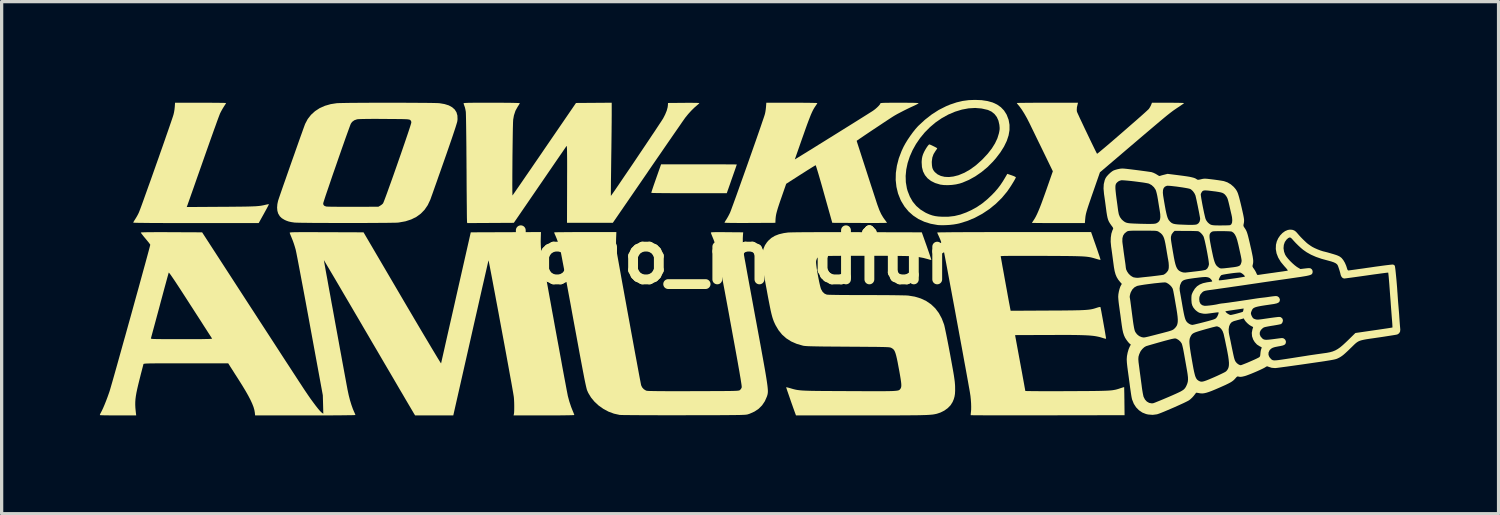
<source format=kicad_pcb>
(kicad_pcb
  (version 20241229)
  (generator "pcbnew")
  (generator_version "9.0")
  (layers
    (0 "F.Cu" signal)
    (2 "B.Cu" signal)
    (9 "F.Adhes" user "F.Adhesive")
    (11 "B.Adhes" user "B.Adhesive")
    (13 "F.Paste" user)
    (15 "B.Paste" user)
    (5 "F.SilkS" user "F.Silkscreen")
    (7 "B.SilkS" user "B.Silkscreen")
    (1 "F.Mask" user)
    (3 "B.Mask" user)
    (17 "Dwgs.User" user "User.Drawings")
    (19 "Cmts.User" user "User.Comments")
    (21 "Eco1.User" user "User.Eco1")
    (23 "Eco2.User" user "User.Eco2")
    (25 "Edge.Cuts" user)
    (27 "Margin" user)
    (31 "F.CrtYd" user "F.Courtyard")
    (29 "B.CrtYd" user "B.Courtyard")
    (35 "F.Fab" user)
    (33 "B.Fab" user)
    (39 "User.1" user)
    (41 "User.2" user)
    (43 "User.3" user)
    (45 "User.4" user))
  (footprint "logo_medium"
    (layer "F.Cu")
    (at 19.85 4.802)
    (property "Reference" "logo_medium" (at 0 0 0) (layer "F.SilkS") (effects (font (size 1.5 1.5) (thickness 0.3))))
    (attr board_only exclude_from_pos_files exclude_from_bom)
    (fp_poly (pts (xy -1.381 -2.835) (xy -1.209 -2.835) (xy -1.048 -2.835) (xy -0.901 -2.834) (xy -0.768 -2.834) (xy -0.653 -2.833) (xy -0.557 -2.832) (xy -0.482 -2.832) (xy -0.432 -2.831) (xy -0.407 -2.83) (xy -0.405 -2.83) (xy -0.41 -2.815) (xy -0.423 -2.777) (xy -0.443 -2.718) (xy -0.469 -2.643) (xy -0.5 -2.555) (xy -0.534 -2.458) (xy -0.537 -2.45) (xy -0.573 -2.348) (xy -0.606 -2.252) (xy -0.636 -2.167) (xy -0.661 -2.095) (xy -0.68 -2.043) (xy -0.69 -2.014) (xy -0.711 -1.953) (xy -1.859 -1.953) (xy -2.039 -1.953) (xy -2.21 -1.953) (xy -2.37 -1.954) (xy -2.518 -1.955) (xy -2.651 -1.956) (xy -2.766 -1.957) (xy -2.862 -1.958) (xy -2.936 -1.96) (xy -2.987 -1.961) (xy -3.011 -1.963) (xy -3.013 -1.964) (xy -3.013 -1.974) (xy -3.006 -2.001) (xy -2.992 -2.045) (xy -2.971 -2.108) (xy -2.943 -2.192) (xy -2.906 -2.297) (xy -2.861 -2.426) (xy -2.807 -2.579) (xy -2.769 -2.687) (xy -2.716 -2.835) (xy -1.561 -2.835)) (stroke (width 0) (type solid)) (fill yes) (layer "F.SilkS"))
    (fp_poly (pts (xy -16.63 -4.715) (xy -16.492 -4.715) (xy -16.365 -4.714) (xy -16.254 -4.713) (xy -16.159 -4.712) (xy -16.083 -4.711) (xy -16.03 -4.709) (xy -16.002 -4.707) (xy -15.998 -4.707) (xy -16.005 -4.691) (xy -16.025 -4.658) (xy -16.054 -4.614) (xy -16.063 -4.6) (xy -16.103 -4.535) (xy -16.145 -4.46) (xy -16.178 -4.396) (xy -16.19 -4.367) (xy -16.211 -4.312) (xy -16.24 -4.235) (xy -16.276 -4.137) (xy -16.318 -4.019) (xy -16.367 -3.885) (xy -16.42 -3.736) (xy -16.478 -3.574) (xy -16.539 -3.401) (xy -16.603 -3.22) (xy -16.669 -3.033) (xy -16.685 -2.987) (xy -16.751 -2.799) (xy -16.815 -2.618) (xy -16.876 -2.445) (xy -16.933 -2.282) (xy -16.985 -2.133) (xy -17.033 -1.998) (xy -17.075 -1.879) (xy -17.11 -1.779) (xy -17.138 -1.7) (xy -17.158 -1.644) (xy -17.169 -1.612) (xy -17.17 -1.608) (xy -17.199 -1.531) (xy -16.139 -1.538) (xy -15.931 -1.539) (xy -15.75 -1.541) (xy -15.593 -1.542) (xy -15.457 -1.544) (xy -15.342 -1.546) (xy -15.244 -1.549) (xy -15.161 -1.552) (xy -15.09 -1.555) (xy -15.03 -1.56) (xy -14.978 -1.565) (xy -14.932 -1.571) (xy -14.889 -1.579) (xy -14.848 -1.587) (xy -14.805 -1.597) (xy -14.793 -1.6) (xy -14.744 -1.611) (xy -14.707 -1.617) (xy -14.69 -1.618) (xy -14.69 -1.618) (xy -14.695 -1.605) (xy -14.712 -1.569) (xy -14.74 -1.516) (xy -14.776 -1.449) (xy -14.819 -1.371) (xy -14.843 -1.327) (xy -15.002 -1.041) (xy -16.918 -1.041) (xy -17.235 -1.042) (xy -17.523 -1.042) (xy -17.783 -1.042) (xy -18.014 -1.043) (xy -18.216 -1.044) (xy -18.389 -1.045) (xy -18.534 -1.047) (xy -18.65 -1.048) (xy -18.738 -1.05) (xy -18.797 -1.052) (xy -18.828 -1.055) (xy -18.833 -1.056) (xy -18.825 -1.075) (xy -18.805 -1.109) (xy -18.777 -1.153) (xy -18.775 -1.156) (xy -18.741 -1.211) (xy -18.702 -1.279) (xy -18.667 -1.348) (xy -18.661 -1.362) (xy -18.649 -1.391) (xy -18.628 -1.445) (xy -18.599 -1.522) (xy -18.563 -1.62) (xy -18.521 -1.736) (xy -18.474 -1.868) (xy -18.422 -2.013) (xy -18.366 -2.17) (xy -18.306 -2.336) (xy -18.245 -2.508) (xy -18.182 -2.686) (xy -18.119 -2.865) (xy -18.055 -3.044) (xy -17.993 -3.222) (xy -17.932 -3.394) (xy -17.874 -3.56) (xy -17.82 -3.717) (xy -17.769 -3.862) (xy -17.724 -3.993) (xy -17.684 -4.109) (xy -17.651 -4.206) (xy -17.625 -4.283) (xy -17.608 -4.337) (xy -17.601 -4.361) (xy -17.586 -4.427) (xy -17.573 -4.505) (xy -17.565 -4.581) (xy -17.564 -4.589) (xy -17.556 -4.715) (xy -16.777 -4.715)) (stroke (width 0) (type solid)) (fill yes) (layer "F.SilkS"))
    (fp_poly (pts (xy 10.004 -4.683) (xy 9.979 -4.576) (xy 9.974 -4.49) (xy 9.98 -4.441) (xy 9.989 -4.42) (xy 10.008 -4.377) (xy 10.037 -4.314) (xy 10.073 -4.235) (xy 10.117 -4.143) (xy 10.165 -4.041) (xy 10.216 -3.932) (xy 10.27 -3.82) (xy 10.324 -3.707) (xy 10.377 -3.596) (xy 10.427 -3.492) (xy 10.474 -3.396) (xy 10.515 -3.312) (xy 10.549 -3.243) (xy 10.575 -3.192) (xy 10.59 -3.163) (xy 10.594 -3.157) (xy 10.606 -3.165) (xy 10.638 -3.189) (xy 10.688 -3.23) (xy 10.752 -3.284) (xy 10.83 -3.349) (xy 10.92 -3.425) (xy 11.018 -3.509) (xy 11.124 -3.6) (xy 11.234 -3.695) (xy 11.347 -3.793) (xy 11.461 -3.892) (xy 11.573 -3.99) (xy 11.682 -4.085) (xy 11.786 -4.175) (xy 11.882 -4.26) (xy 11.968 -4.336) (xy 12.042 -4.402) (xy 12.102 -4.457) (xy 12.146 -4.498) (xy 12.172 -4.523) (xy 12.177 -4.529) (xy 12.21 -4.58) (xy 12.238 -4.634) (xy 12.246 -4.653) (xy 12.27 -4.715) (xy 12.76 -4.715) (xy 12.876 -4.715) (xy 12.982 -4.714) (xy 13.074 -4.713) (xy 13.151 -4.711) (xy 13.208 -4.709) (xy 13.241 -4.707) (xy 13.249 -4.705) (xy 13.238 -4.693) (xy 13.206 -4.669) (xy 13.158 -4.636) (xy 13.1 -4.596) (xy 13.072 -4.578) (xy 13.032 -4.552) (xy 12.994 -4.526) (xy 12.956 -4.5) (xy 12.917 -4.473) (xy 12.876 -4.442) (xy 12.83 -4.407) (xy 12.779 -4.367) (xy 12.72 -4.32) (xy 12.653 -4.265) (xy 12.576 -4.201) (xy 12.488 -4.127) (xy 12.386 -4.041) (xy 12.27 -3.943) (xy 12.137 -3.83) (xy 11.987 -3.703) (xy 11.818 -3.559) (xy 11.644 -3.411) (xy 10.682 -2.591) (xy 10.484 -2.022) (xy 10.429 -1.865) (xy 10.384 -1.733) (xy 10.346 -1.622) (xy 10.315 -1.529) (xy 10.291 -1.453) (xy 10.272 -1.389) (xy 10.258 -1.335) (xy 10.248 -1.289) (xy 10.241 -1.247) (xy 10.236 -1.206) (xy 10.232 -1.164) (xy 10.231 -1.157) (xy 10.222 -1.041) (xy 9.414 -1.041) (xy 9.265 -1.042) (xy 9.124 -1.042) (xy 8.994 -1.042) (xy 8.879 -1.043) (xy 8.781 -1.044) (xy 8.702 -1.045) (xy 8.645 -1.045) (xy 8.613 -1.046) (xy 8.606 -1.047) (xy 8.614 -1.061) (xy 8.634 -1.092) (xy 8.659 -1.13) (xy 8.693 -1.183) (xy 8.727 -1.245) (xy 8.763 -1.318) (xy 8.801 -1.404) (xy 8.844 -1.507) (xy 8.891 -1.628) (xy 8.943 -1.77) (xy 9.003 -1.936) (xy 9.047 -2.06) (xy 9.244 -2.623) (xy 8.945 -3.239) (xy 8.88 -3.373) (xy 8.815 -3.506) (xy 8.752 -3.635) (xy 8.693 -3.757) (xy 8.64 -3.866) (xy 8.594 -3.96) (xy 8.558 -4.035) (xy 8.54 -4.072) (xy 8.458 -4.234) (xy 8.376 -4.379) (xy 8.298 -4.503) (xy 8.225 -4.603) (xy 8.208 -4.624) (xy 8.175 -4.662) (xy 8.152 -4.692) (xy 8.144 -4.707) (xy 8.144 -4.707) (xy 8.158 -4.708) (xy 8.198 -4.71) (xy 8.263 -4.711) (xy 8.349 -4.712) (xy 8.455 -4.713) (xy 8.578 -4.714) (xy 8.715 -4.715) (xy 8.864 -4.715) (xy 9.023 -4.715) (xy 9.078 -4.715) (xy 10.013 -4.715)) (stroke (width 0) (type solid)) (fill yes) (layer "F.SilkS"))
    (fp_poly (pts (xy 7.07 -4.794) (xy 7.249 -4.767) (xy 7.407 -4.723) (xy 7.542 -4.66) (xy 7.657 -4.579) (xy 7.753 -4.479) (xy 7.829 -4.36) (xy 7.838 -4.341) (xy 7.894 -4.194) (xy 7.921 -4.041) (xy 7.921 -3.882) (xy 7.893 -3.718) (xy 7.837 -3.549) (xy 7.753 -3.376) (xy 7.642 -3.199) (xy 7.504 -3.019) (xy 7.416 -2.918) (xy 7.248 -2.749) (xy 7.067 -2.599) (xy 6.877 -2.468) (xy 6.682 -2.36) (xy 6.485 -2.276) (xy 6.401 -2.249) (xy 6.288 -2.223) (xy 6.162 -2.206) (xy 6.033 -2.199) (xy 5.91 -2.203) (xy 5.804 -2.217) (xy 5.799 -2.219) (xy 5.65 -2.264) (xy 5.524 -2.327) (xy 5.42 -2.408) (xy 5.339 -2.506) (xy 5.281 -2.62) (xy 5.248 -2.75) (xy 5.239 -2.895) (xy 5.24 -2.931) (xy 5.247 -3.009) (xy 5.259 -3.071) (xy 5.278 -3.132) (xy 5.297 -3.178) (xy 5.325 -3.237) (xy 5.359 -3.297) (xy 5.394 -3.353) (xy 5.427 -3.4) (xy 5.455 -3.432) (xy 5.473 -3.443) (xy 5.494 -3.437) (xy 5.532 -3.421) (xy 5.578 -3.399) (xy 5.627 -3.375) (xy 5.671 -3.352) (xy 5.702 -3.334) (xy 5.714 -3.323) (xy 5.705 -3.306) (xy 5.684 -3.274) (xy 5.663 -3.245) (xy 5.602 -3.147) (xy 5.565 -3.044) (xy 5.549 -2.928) (xy 5.548 -2.893) (xy 5.553 -2.799) (xy 5.566 -2.724) (xy 5.592 -2.663) (xy 5.633 -2.607) (xy 5.643 -2.596) (xy 5.725 -2.528) (xy 5.826 -2.48) (xy 5.941 -2.453) (xy 6.07 -2.447) (xy 6.208 -2.463) (xy 6.354 -2.5) (xy 6.372 -2.506) (xy 6.547 -2.579) (xy 6.72 -2.678) (xy 6.892 -2.803) (xy 7.065 -2.957) (xy 7.103 -2.994) (xy 7.255 -3.157) (xy 7.38 -3.317) (xy 7.478 -3.474) (xy 7.551 -3.629) (xy 7.597 -3.779) (xy 7.611 -3.848) (xy 7.619 -3.901) (xy 7.62 -3.95) (xy 7.615 -4.008) (xy 7.612 -4.04) (xy 7.583 -4.169) (xy 7.533 -4.28) (xy 7.462 -4.372) (xy 7.372 -4.444) (xy 7.263 -4.495) (xy 7.252 -4.498) (xy 7.067 -4.54) (xy 6.873 -4.556) (xy 6.672 -4.544) (xy 6.467 -4.506) (xy 6.258 -4.442) (xy 6.053 -4.355) (xy 5.853 -4.244) (xy 5.665 -4.115) (xy 5.492 -3.969) (xy 5.334 -3.81) (xy 5.192 -3.638) (xy 5.067 -3.456) (xy 4.962 -3.268) (xy 4.876 -3.073) (xy 4.811 -2.876) (xy 4.769 -2.678) (xy 4.75 -2.481) (xy 4.756 -2.288) (xy 4.788 -2.1) (xy 4.81 -2.022) (xy 4.878 -1.849) (xy 4.965 -1.697) (xy 5.074 -1.565) (xy 5.203 -1.454) (xy 5.352 -1.362) (xy 5.388 -1.344) (xy 5.48 -1.304) (xy 5.565 -1.275) (xy 5.65 -1.255) (xy 5.746 -1.242) (xy 5.86 -1.235) (xy 5.873 -1.234) (xy 6.061 -1.236) (xy 6.241 -1.257) (xy 6.419 -1.3) (xy 6.6 -1.366) (xy 6.762 -1.44) (xy 6.929 -1.533) (xy 7.086 -1.639) (xy 7.24 -1.765) (xy 7.371 -1.888) (xy 7.473 -1.993) (xy 7.561 -2.095) (xy 7.641 -2.2) (xy 7.719 -2.317) (xy 7.78 -2.418) (xy 7.854 -2.544) (xy 7.984 -2.5) (xy 8.042 -2.479) (xy 8.086 -2.459) (xy 8.111 -2.444) (xy 8.115 -2.438) (xy 8.107 -2.417) (xy 8.086 -2.376) (xy 8.055 -2.321) (xy 8.016 -2.257) (xy 7.973 -2.187) (xy 7.928 -2.119) (xy 7.884 -2.055) (xy 7.85 -2.006) (xy 7.688 -1.811) (xy 7.505 -1.631) (xy 7.305 -1.468) (xy 7.09 -1.325) (xy 6.863 -1.203) (xy 6.629 -1.105) (xy 6.391 -1.032) (xy 6.313 -1.015) (xy 6.209 -0.998) (xy 6.091 -0.985) (xy 5.968 -0.978) (xy 5.851 -0.976) (xy 5.748 -0.98) (xy 5.721 -0.983) (xy 5.512 -1.021) (xy 5.318 -1.082) (xy 5.14 -1.165) (xy 4.98 -1.271) (xy 4.838 -1.397) (xy 4.716 -1.545) (xy 4.614 -1.712) (xy 4.595 -1.75) (xy 4.518 -1.944) (xy 4.469 -2.147) (xy 4.446 -2.357) (xy 4.451 -2.572) (xy 4.483 -2.793) (xy 4.541 -3.017) (xy 4.627 -3.244) (xy 4.687 -3.372) (xy 4.743 -3.474) (xy 4.811 -3.585) (xy 4.888 -3.699) (xy 4.968 -3.809) (xy 5.047 -3.909) (xy 5.119 -3.99) (xy 5.133 -4.005) (xy 5.339 -4.196) (xy 5.548 -4.359) (xy 5.762 -4.496) (xy 5.984 -4.608) (xy 6.111 -4.661) (xy 6.305 -4.726) (xy 6.49 -4.77) (xy 6.677 -4.795) (xy 6.869 -4.802)) (stroke (width 0) (type solid)) (fill yes) (layer "F.SilkS"))
    (fp_poly (pts (xy 1.422 -4.715) (xy 1.56 -4.715) (xy 1.686 -4.714) (xy 1.798 -4.713) (xy 1.893 -4.711) (xy 1.969 -4.71) (xy 2.022 -4.708) (xy 2.05 -4.706) (xy 2.054 -4.705) (xy 2.046 -4.689) (xy 2.026 -4.656) (xy 1.997 -4.614) (xy 1.996 -4.612) (xy 1.969 -4.572) (xy 1.942 -4.527) (xy 1.915 -4.477) (xy 1.887 -4.418) (xy 1.856 -4.348) (xy 1.823 -4.264) (xy 1.784 -4.164) (xy 1.74 -4.046) (xy 1.69 -3.907) (xy 1.633 -3.745) (xy 1.594 -3.636) (xy 1.366 -2.984) (xy 1.453 -3.037) (xy 1.555 -3.1) (xy 1.67 -3.171) (xy 1.798 -3.25) (xy 1.936 -3.335) (xy 2.081 -3.426) (xy 2.232 -3.519) (xy 2.386 -3.615) (xy 2.542 -3.712) (xy 2.698 -3.809) (xy 2.85 -3.904) (xy 2.998 -3.996) (xy 3.139 -4.084) (xy 3.27 -4.166) (xy 3.391 -4.242) (xy 3.498 -4.309) (xy 3.59 -4.367) (xy 3.664 -4.414) (xy 3.719 -4.448) (xy 3.752 -4.47) (xy 3.758 -4.474) (xy 3.819 -4.519) (xy 3.876 -4.569) (xy 3.924 -4.616) (xy 3.96 -4.658) (xy 3.977 -4.689) (xy 3.978 -4.696) (xy 3.982 -4.701) (xy 3.996 -4.705) (xy 4.023 -4.708) (xy 4.065 -4.711) (xy 4.124 -4.713) (xy 4.202 -4.714) (xy 4.302 -4.715) (xy 4.427 -4.715) (xy 4.565 -4.715) (xy 4.73 -4.715) (xy 4.867 -4.714) (xy 4.976 -4.713) (xy 5.058 -4.71) (xy 5.113 -4.707) (xy 5.142 -4.703) (xy 5.147 -4.7) (xy 5.132 -4.689) (xy 5.097 -4.668) (xy 5.047 -4.643) (xy 5.005 -4.623) (xy 4.906 -4.578) (xy 4.8 -4.527) (xy 4.693 -4.474) (xy 4.591 -4.421) (xy 4.499 -4.373) (xy 4.425 -4.331) (xy 4.395 -4.313) (xy 4.359 -4.291) (xy 4.305 -4.256) (xy 4.236 -4.211) (xy 4.154 -4.157) (xy 4.063 -4.097) (xy 3.966 -4.032) (xy 3.865 -3.965) (xy 3.762 -3.897) (xy 3.662 -3.83) (xy 3.567 -3.766) (xy 3.479 -3.707) (xy 3.402 -3.654) (xy 3.338 -3.611) (xy 3.29 -3.578) (xy 3.262 -3.558) (xy 3.255 -3.552) (xy 3.259 -3.537) (xy 3.271 -3.498) (xy 3.291 -3.436) (xy 3.317 -3.355) (xy 3.349 -3.257) (xy 3.385 -3.145) (xy 3.425 -3.021) (xy 3.468 -2.889) (xy 3.513 -2.75) (xy 3.559 -2.608) (xy 3.605 -2.465) (xy 3.651 -2.323) (xy 3.695 -2.187) (xy 3.738 -2.057) (xy 3.777 -1.937) (xy 3.812 -1.83) (xy 3.842 -1.738) (xy 3.866 -1.663) (xy 3.884 -1.609) (xy 3.893 -1.584) (xy 3.946 -1.44) (xy 4.001 -1.32) (xy 4.061 -1.218) (xy 4.106 -1.154) (xy 4.14 -1.109) (xy 4.165 -1.073) (xy 4.179 -1.052) (xy 4.18 -1.049) (xy 4.166 -1.048) (xy 4.126 -1.047) (xy 4.062 -1.046) (xy 3.976 -1.045) (xy 3.872 -1.044) (xy 3.751 -1.044) (xy 3.617 -1.044) (xy 3.472 -1.044) (xy 3.345 -1.045) (xy 2.51 -1.049) (xy 2.263 -1.928) (xy 2.22 -2.082) (xy 2.179 -2.227) (xy 2.14 -2.362) (xy 2.105 -2.483) (xy 2.074 -2.588) (xy 2.047 -2.675) (xy 2.026 -2.743) (xy 2.011 -2.787) (xy 2.004 -2.807) (xy 2.003 -2.808) (xy 1.988 -2.8) (xy 1.951 -2.778) (xy 1.896 -2.745) (xy 1.825 -2.7) (xy 1.741 -2.648) (xy 1.647 -2.588) (xy 1.546 -2.524) (xy 1.103 -2.24) (xy 0.964 -1.84) (xy 0.915 -1.7) (xy 0.876 -1.583) (xy 0.845 -1.487) (xy 0.822 -1.407) (xy 0.804 -1.34) (xy 0.792 -1.282) (xy 0.784 -1.229) (xy 0.779 -1.179) (xy 0.777 -1.148) (xy 0.773 -1.049) (xy -0.004 -1.045) (xy -0.167 -1.044) (xy -0.315 -1.044) (xy -0.446 -1.045) (xy -0.558 -1.046) (xy -0.65 -1.047) (xy -0.719 -1.049) (xy -0.763 -1.051) (xy -0.781 -1.054) (xy -0.781 -1.054) (xy -0.773 -1.072) (xy -0.754 -1.106) (xy -0.728 -1.145) (xy -0.698 -1.194) (xy -0.662 -1.258) (xy -0.627 -1.327) (xy -0.614 -1.352) (xy -0.602 -1.382) (xy -0.581 -1.436) (xy -0.553 -1.513) (xy -0.517 -1.61) (xy -0.475 -1.726) (xy -0.427 -1.857) (xy -0.375 -2.003) (xy -0.319 -2.16) (xy -0.26 -2.326) (xy -0.198 -2.499) (xy -0.135 -2.676) (xy -0.071 -2.856) (xy -0.008 -3.036) (xy 0.055 -3.214) (xy 0.116 -3.388) (xy 0.175 -3.555) (xy 0.23 -3.713) (xy 0.281 -3.86) (xy 0.327 -3.993) (xy 0.367 -4.111) (xy 0.401 -4.21) (xy 0.428 -4.289) (xy 0.446 -4.346) (xy 0.455 -4.376) (xy 0.467 -4.433) (xy 0.478 -4.505) (xy 0.486 -4.578) (xy 0.487 -4.589) (xy 0.496 -4.715) (xy 1.275 -4.715)) (stroke (width 0) (type solid)) (fill yes) (layer "F.SilkS"))
    (fp_poly (pts (xy -4.224 -4.401) (xy -4.224 -4.334) (xy -4.225 -4.242) (xy -4.225 -4.126) (xy -4.227 -3.992) (xy -4.228 -3.841) (xy -4.23 -3.676) (xy -4.232 -3.502) (xy -4.234 -3.321) (xy -4.237 -3.135) (xy -4.239 -2.982) (xy -4.241 -2.806) (xy -4.243 -2.638) (xy -4.245 -2.481) (xy -4.247 -2.338) (xy -4.248 -2.209) (xy -4.249 -2.098) (xy -4.25 -2.006) (xy -4.25 -1.937) (xy -4.25 -1.892) (xy -4.249 -1.872) (xy -4.249 -1.872) (xy -4.24 -1.883) (xy -4.217 -1.915) (xy -4.18 -1.968) (xy -4.13 -2.039) (xy -4.071 -2.126) (xy -4.001 -2.228) (xy -3.924 -2.342) (xy -3.84 -2.466) (xy -3.75 -2.598) (xy -3.656 -2.736) (xy -3.559 -2.879) (xy -3.461 -3.025) (xy -3.363 -3.171) (xy -3.266 -3.315) (xy -3.171 -3.456) (xy -3.08 -3.592) (xy -2.995 -3.72) (xy -2.915 -3.838) (xy -2.844 -3.946) (xy -2.782 -4.04) (xy -2.73 -4.118) (xy -2.69 -4.18) (xy -2.663 -4.222) (xy -2.653 -4.238) (xy -2.591 -4.359) (xy -2.544 -4.474) (xy -2.516 -4.579) (xy -2.509 -4.636) (xy -2.505 -4.708) (xy -2.026 -4.712) (xy -1.912 -4.713) (xy -1.807 -4.713) (xy -1.716 -4.712) (xy -1.641 -4.711) (xy -1.586 -4.709) (xy -1.554 -4.706) (xy -1.548 -4.705) (xy -1.558 -4.691) (xy -1.586 -4.665) (xy -1.625 -4.632) (xy -1.628 -4.629) (xy -1.71 -4.558) (xy -1.798 -4.47) (xy -1.887 -4.372) (xy -1.967 -4.274) (xy -1.982 -4.255) (xy -2 -4.229) (xy -2.033 -4.182) (xy -2.081 -4.114) (xy -2.141 -4.026) (xy -2.214 -3.921) (xy -2.298 -3.8) (xy -2.392 -3.664) (xy -2.495 -3.515) (xy -2.606 -3.354) (xy -2.723 -3.183) (xy -2.847 -3.004) (xy -2.975 -2.818) (xy -3.107 -2.626) (xy -3.125 -2.598) (xy -4.19 -1.049) (xy -4.889 -1.049) (xy -5.589 -1.049) (xy -5.586 -2.235) (xy -5.586 -2.449) (xy -5.585 -2.636) (xy -5.585 -2.798) (xy -5.585 -2.936) (xy -5.586 -3.052) (xy -5.587 -3.147) (xy -5.588 -3.225) (xy -5.589 -3.285) (xy -5.591 -3.33) (xy -5.593 -3.362) (xy -5.595 -3.382) (xy -5.598 -3.392) (xy -5.602 -3.395) (xy -5.605 -3.392) (xy -5.616 -3.376) (xy -5.642 -3.338) (xy -5.682 -3.28) (xy -5.735 -3.202) (xy -5.8 -3.108) (xy -5.876 -2.998) (xy -5.961 -2.874) (xy -6.054 -2.738) (xy -6.155 -2.591) (xy -6.261 -2.436) (xy -6.372 -2.274) (xy -6.419 -2.206) (xy -7.212 -1.049) (xy -7.923 -1.045) (xy -8.635 -1.041) (xy -8.641 -1.074) (xy -8.642 -1.092) (xy -8.643 -1.138) (xy -8.645 -1.209) (xy -8.646 -1.303) (xy -8.647 -1.418) (xy -8.648 -1.553) (xy -8.65 -1.706) (xy -8.651 -1.874) (xy -8.653 -2.057) (xy -8.654 -2.251) (xy -8.655 -2.455) (xy -8.656 -2.668) (xy -8.657 -2.726) (xy -8.658 -2.944) (xy -8.66 -3.155) (xy -8.661 -3.357) (xy -8.663 -3.548) (xy -8.665 -3.725) (xy -8.667 -3.888) (xy -8.669 -4.034) (xy -8.671 -4.161) (xy -8.673 -4.267) (xy -8.675 -4.35) (xy -8.677 -4.409) (xy -8.679 -4.441) (xy -8.679 -4.443) (xy -8.69 -4.505) (xy -8.704 -4.566) (xy -8.716 -4.603) (xy -8.732 -4.646) (xy -8.744 -4.682) (xy -8.747 -4.69) (xy -8.747 -4.695) (xy -8.743 -4.7) (xy -8.733 -4.704) (xy -8.714 -4.707) (xy -8.685 -4.709) (xy -8.643 -4.711) (xy -8.587 -4.713) (xy -8.513 -4.714) (xy -8.42 -4.715) (xy -8.306 -4.715) (xy -8.169 -4.715) (xy -8.006 -4.715) (xy -7.892 -4.715) (xy -7.736 -4.715) (xy -7.589 -4.715) (xy -7.454 -4.714) (xy -7.333 -4.713) (xy -7.229 -4.711) (xy -7.144 -4.709) (xy -7.081 -4.707) (xy -7.042 -4.705) (xy -7.03 -4.703) (xy -7.037 -4.686) (xy -7.057 -4.651) (xy -7.086 -4.607) (xy -7.093 -4.596) (xy -7.163 -4.47) (xy -7.209 -4.33) (xy -7.232 -4.201) (xy -7.234 -4.166) (xy -7.237 -4.107) (xy -7.239 -4.027) (xy -7.242 -3.928) (xy -7.244 -3.813) (xy -7.246 -3.684) (xy -7.248 -3.544) (xy -7.25 -3.395) (xy -7.252 -3.241) (xy -7.254 -3.084) (xy -7.255 -2.926) (xy -7.256 -2.77) (xy -7.257 -2.618) (xy -7.258 -2.474) (xy -7.258 -2.34) (xy -7.259 -2.218) (xy -7.258 -2.111) (xy -7.258 -2.022) (xy -7.256 -1.953) (xy -7.255 -1.907) (xy -7.253 -1.886) (xy -7.252 -1.885) (xy -7.243 -1.898) (xy -7.218 -1.934) (xy -7.178 -1.991) (xy -7.126 -2.067) (xy -7.061 -2.16) (xy -6.985 -2.271) (xy -6.899 -2.396) (xy -6.804 -2.535) (xy -6.7 -2.685) (xy -6.59 -2.846) (xy -6.473 -3.016) (xy -6.351 -3.194) (xy -6.277 -3.303) (xy -5.314 -4.708) (xy -4.769 -4.712) (xy -4.224 -4.716)) (stroke (width 0) (type solid)) (fill yes) (layer "F.SilkS"))
    (fp_poly (pts (xy -10.782 -4.715) (xy -10.596 -4.715) (xy -10.415 -4.714) (xy -10.243 -4.713) (xy -10.082 -4.712) (xy -9.935 -4.711) (xy -9.803 -4.71) (xy -9.69 -4.708) (xy -9.598 -4.706) (xy -9.529 -4.704) (xy -9.487 -4.701) (xy -9.482 -4.701) (xy -9.329 -4.675) (xy -9.2 -4.635) (xy -9.097 -4.579) (xy -9.018 -4.509) (xy -8.964 -4.425) (xy -8.935 -4.325) (xy -8.931 -4.212) (xy -8.937 -4.156) (xy -8.945 -4.12) (xy -8.964 -4.057) (xy -8.991 -3.969) (xy -9.028 -3.856) (xy -9.074 -3.718) (xy -9.129 -3.556) (xy -9.193 -3.371) (xy -9.265 -3.163) (xy -9.338 -2.955) (xy -9.399 -2.782) (xy -9.458 -2.614) (xy -9.515 -2.454) (xy -9.567 -2.304) (xy -9.616 -2.167) (xy -9.659 -2.045) (xy -9.696 -1.94) (xy -9.727 -1.855) (xy -9.749 -1.792) (xy -9.763 -1.754) (xy -9.766 -1.747) (xy -9.842 -1.587) (xy -9.938 -1.447) (xy -10.054 -1.328) (xy -10.19 -1.229) (xy -10.346 -1.152) (xy -10.522 -1.095) (xy -10.718 -1.06) (xy -10.749 -1.056) (xy -10.784 -1.054) (xy -10.845 -1.052) (xy -10.93 -1.051) (xy -11.036 -1.049) (xy -11.161 -1.048) (xy -11.303 -1.047) (xy -11.459 -1.046) (xy -11.627 -1.045) (xy -11.804 -1.044) (xy -11.988 -1.044) (xy -12.176 -1.044) (xy -12.366 -1.044) (xy -12.556 -1.044) (xy -12.743 -1.044) (xy -12.924 -1.045) (xy -13.098 -1.045) (xy -13.261 -1.046) (xy -13.412 -1.047) (xy -13.547 -1.049) (xy -13.665 -1.05) (xy -13.763 -1.052) (xy -13.838 -1.054) (xy -13.889 -1.056) (xy -13.908 -1.057) (xy -14.009 -1.072) (xy -14.092 -1.091) (xy -14.166 -1.118) (xy -14.217 -1.142) (xy -14.297 -1.191) (xy -14.355 -1.247) (xy -14.4 -1.319) (xy -14.409 -1.338) (xy -14.432 -1.418) (xy -14.44 -1.514) (xy -14.432 -1.618) (xy -14.427 -1.643) (xy -13.033 -1.643) (xy -13.025 -1.598) (xy -12.997 -1.568) (xy -12.946 -1.548) (xy -12.942 -1.547) (xy -12.919 -1.545) (xy -12.87 -1.543) (xy -12.797 -1.541) (xy -12.705 -1.54) (xy -12.594 -1.539) (xy -12.47 -1.538) (xy -12.333 -1.538) (xy -12.188 -1.538) (xy -12.121 -1.538) (xy -11.348 -1.54) (xy -11.29 -1.574) (xy -11.247 -1.603) (xy -11.212 -1.635) (xy -11.205 -1.644) (xy -11.195 -1.665) (xy -11.176 -1.711) (xy -11.15 -1.779) (xy -11.117 -1.867) (xy -11.078 -1.973) (xy -11.035 -2.094) (xy -10.987 -2.227) (xy -10.935 -2.371) (xy -10.881 -2.523) (xy -10.826 -2.68) (xy -10.77 -2.84) (xy -10.714 -3.001) (xy -10.658 -3.16) (xy -10.605 -3.315) (xy -10.554 -3.463) (xy -10.507 -3.601) (xy -10.464 -3.728) (xy -10.426 -3.841) (xy -10.394 -3.938) (xy -10.369 -4.016) (xy -10.352 -4.072) (xy -10.343 -4.105) (xy -10.342 -4.111) (xy -10.348 -4.153) (xy -10.368 -4.181) (xy -10.381 -4.191) (xy -10.392 -4.197) (xy -10.406 -4.201) (xy -10.426 -4.205) (xy -10.455 -4.209) (xy -10.495 -4.212) (xy -10.549 -4.214) (xy -10.618 -4.216) (xy -10.705 -4.217) (xy -10.813 -4.218) (xy -10.944 -4.219) (xy -11.101 -4.22) (xy -11.172 -4.221) (xy -11.371 -4.222) (xy -11.543 -4.222) (xy -11.686 -4.221) (xy -11.803 -4.219) (xy -11.893 -4.217) (xy -11.957 -4.214) (xy -11.996 -4.21) (xy -12.001 -4.209) (xy -12.083 -4.18) (xy -12.149 -4.131) (xy -12.187 -4.078) (xy -12.198 -4.053) (xy -12.217 -4.003) (xy -12.243 -3.932) (xy -12.276 -3.841) (xy -12.315 -3.733) (xy -12.359 -3.611) (xy -12.406 -3.476) (xy -12.457 -3.332) (xy -12.51 -3.18) (xy -12.565 -3.023) (xy -12.62 -2.864) (xy -12.675 -2.705) (xy -12.73 -2.549) (xy -12.782 -2.397) (xy -12.831 -2.252) (xy -12.877 -2.117) (xy -12.919 -1.994) (xy -12.956 -1.886) (xy -12.986 -1.794) (xy -13.009 -1.722) (xy -13.025 -1.672) (xy -13.032 -1.646) (xy -13.033 -1.643) (xy -14.427 -1.643) (xy -14.41 -1.721) (xy -14.4 -1.752) (xy -14.382 -1.807) (xy -14.356 -1.883) (xy -14.323 -1.979) (xy -14.284 -2.092) (xy -14.24 -2.218) (xy -14.191 -2.356) (xy -14.14 -2.503) (xy -14.086 -2.657) (xy -14.031 -2.814) (xy -13.975 -2.973) (xy -13.919 -3.13) (xy -13.865 -3.284) (xy -13.813 -3.431) (xy -13.764 -3.57) (xy -13.719 -3.696) (xy -13.678 -3.809) (xy -13.644 -3.905) (xy -13.616 -3.982) (xy -13.596 -4.037) (xy -13.584 -4.068) (xy -13.583 -4.071) (xy -13.505 -4.218) (xy -13.404 -4.347) (xy -13.282 -4.458) (xy -13.141 -4.55) (xy -12.98 -4.622) (xy -12.802 -4.673) (xy -12.627 -4.7) (xy -12.588 -4.703) (xy -12.523 -4.705) (xy -12.434 -4.707) (xy -12.323 -4.709) (xy -12.194 -4.711) (xy -12.049 -4.712) (xy -11.89 -4.713) (xy -11.719 -4.714) (xy -11.539 -4.715) (xy -11.353 -4.715) (xy -11.164 -4.715) (xy -10.972 -4.715)) (stroke (width 0) (type solid)) (fill yes) (layer "F.SilkS"))
    (fp_poly (pts (xy 10.433 -0.705) (xy 10.444 -0.675) (xy 10.462 -0.622) (xy 10.487 -0.55) (xy 10.517 -0.465) (xy 10.551 -0.369) (xy 10.58 -0.285) (xy 10.614 -0.188) (xy 10.643 -0.101) (xy 10.668 -0.027) (xy 10.686 0.03) (xy 10.697 0.068) (xy 10.699 0.082) (xy 10.683 0.081) (xy 10.646 0.073) (xy 10.596 0.059) (xy 10.572 0.052) (xy 10.524 0.038) (xy 10.48 0.025) (xy 10.438 0.014) (xy 10.396 0.004) (xy 10.351 -0.004) (xy 10.302 -0.011) (xy 10.247 -0.017) (xy 10.183 -0.022) (xy 10.109 -0.026) (xy 10.022 -0.029) (xy 9.92 -0.032) (xy 9.801 -0.034) (xy 9.664 -0.036) (xy 9.506 -0.037) (xy 9.324 -0.038) (xy 9.118 -0.039) (xy 8.914 -0.04) (xy 8.659 -0.041) (xy 8.433 -0.041) (xy 8.236 -0.041) (xy 8.067 -0.041) (xy 7.927 -0.04) (xy 7.815 -0.038) (xy 7.733 -0.037) (xy 7.679 -0.034) (xy 7.654 -0.032) (xy 7.652 -0.03) (xy 7.654 -0.014) (xy 7.662 0.027) (xy 7.673 0.091) (xy 7.688 0.174) (xy 7.705 0.273) (xy 7.726 0.385) (xy 7.748 0.506) (xy 7.771 0.635) (xy 7.795 0.767) (xy 7.819 0.899) (xy 7.843 1.029) (xy 7.865 1.153) (xy 7.886 1.268) (xy 7.905 1.371) (xy 7.922 1.459) (xy 7.935 1.529) (xy 7.944 1.578) (xy 7.949 1.602) (xy 7.949 1.603) (xy 7.957 1.636) (xy 9.088 1.63) (xy 9.309 1.629) (xy 9.503 1.628) (xy 9.672 1.626) (xy 9.819 1.625) (xy 9.945 1.622) (xy 10.054 1.62) (xy 10.146 1.616) (xy 10.224 1.612) (xy 10.291 1.607) (xy 10.348 1.601) (xy 10.397 1.594) (xy 10.442 1.586) (xy 10.483 1.576) (xy 10.522 1.565) (xy 10.563 1.552) (xy 10.589 1.543) (xy 10.651 1.525) (xy 10.687 1.52) (xy 10.698 1.525) (xy 10.702 1.545) (xy 10.711 1.59) (xy 10.724 1.654) (xy 10.738 1.733) (xy 10.755 1.824) (xy 10.773 1.922) (xy 10.791 2.024) (xy 10.809 2.125) (xy 10.826 2.221) (xy 10.841 2.308) (xy 10.853 2.383) (xy 10.863 2.441) (xy 10.868 2.477) (xy 10.869 2.489) (xy 10.854 2.49) (xy 10.82 2.482) (xy 10.787 2.473) (xy 10.732 2.455) (xy 10.677 2.439) (xy 10.62 2.426) (xy 10.559 2.414) (xy 10.493 2.404) (xy 10.418 2.396) (xy 10.332 2.389) (xy 10.234 2.384) (xy 10.121 2.38) (xy 9.992 2.377) (xy 9.843 2.375) (xy 9.673 2.374) (xy 9.479 2.374) (xy 9.26 2.375) (xy 9.134 2.375) (xy 8.091 2.379) (xy 8.247 3.226) (xy 8.275 3.378) (xy 8.302 3.522) (xy 8.326 3.656) (xy 8.348 3.775) (xy 8.367 3.879) (xy 8.382 3.964) (xy 8.394 4.028) (xy 8.401 4.069) (xy 8.403 4.083) (xy 8.418 4.085) (xy 8.459 4.087) (xy 8.525 4.088) (xy 8.613 4.089) (xy 8.722 4.09) (xy 8.85 4.091) (xy 8.995 4.091) (xy 9.153 4.091) (xy 9.324 4.091) (xy 9.506 4.091) (xy 9.673 4.09) (xy 9.905 4.089) (xy 10.109 4.088) (xy 10.289 4.087) (xy 10.446 4.086) (xy 10.581 4.084) (xy 10.699 4.082) (xy 10.799 4.079) (xy 10.884 4.076) (xy 10.957 4.072) (xy 11.019 4.067) (xy 11.072 4.061) (xy 11.118 4.053) (xy 11.16 4.045) (xy 11.199 4.035) (xy 11.237 4.024) (xy 11.277 4.011) (xy 11.315 3.998) (xy 11.365 3.982) (xy 11.402 3.971) (xy 11.42 3.967) (xy 11.421 3.967) (xy 11.422 3.982) (xy 11.423 4.022) (xy 11.424 4.084) (xy 11.426 4.164) (xy 11.427 4.258) (xy 11.429 4.364) (xy 11.429 4.397) (xy 11.434 4.824) (xy 9.09 4.828) (xy 8.832 4.828) (xy 8.581 4.828) (xy 8.341 4.828) (xy 8.111 4.828) (xy 7.893 4.828) (xy 7.689 4.828) (xy 7.501 4.828) (xy 7.33 4.828) (xy 7.178 4.828) (xy 7.046 4.827) (xy 6.935 4.827) (xy 6.847 4.826) (xy 6.784 4.825) (xy 6.748 4.825) (xy 6.738 4.824) (xy 6.736 4.807) (xy 6.739 4.77) (xy 6.744 4.726) (xy 6.75 4.655) (xy 6.751 4.562) (xy 6.748 4.457) (xy 6.74 4.346) (xy 6.729 4.237) (xy 6.718 4.166) (xy 6.71 4.115) (xy 6.697 4.039) (xy 6.679 3.941) (xy 6.658 3.821) (xy 6.633 3.683) (xy 6.605 3.528) (xy 6.574 3.358) (xy 6.54 3.175) (xy 6.505 2.98) (xy 6.468 2.777) (xy 6.429 2.567) (xy 6.389 2.351) (xy 6.349 2.132) (xy 6.308 1.912) (xy 6.268 1.693) (xy 6.228 1.476) (xy 6.188 1.263) (xy 6.15 1.058) (xy 6.113 0.86) (xy 6.078 0.673) (xy 6.046 0.499) (xy 6.016 0.338) (xy 5.989 0.194) (xy 5.965 0.069) (xy 5.945 -0.037) (xy 5.929 -0.12) (xy 5.917 -0.18) (xy 5.91 -0.213) (xy 5.909 -0.217) (xy 5.864 -0.378) (xy 5.812 -0.527) (xy 5.756 -0.655) (xy 5.755 -0.656) (xy 5.734 -0.701) (xy 5.719 -0.737) (xy 5.714 -0.754) (xy 5.728 -0.755) (xy 5.77 -0.757) (xy 5.838 -0.758) (xy 5.932 -0.759) (xy 6.05 -0.761) (xy 6.192 -0.762) (xy 6.354 -0.763) (xy 6.538 -0.764) (xy 6.741 -0.765) (xy 6.962 -0.765) (xy 7.2 -0.766) (xy 7.455 -0.766) (xy 7.723 -0.767) (xy 8.006 -0.767) (xy 8.063 -0.767) (xy 10.412 -0.767)) (stroke (width 0) (type solid)) (fill yes) (layer "F.SilkS"))
    (fp_poly (pts (xy -4.09 -0.561) (xy -4.092 -0.456) (xy -4.09 -0.353) (xy -4.085 -0.264) (xy -4.08 -0.224) (xy -4.076 -0.195) (xy -4.067 -0.14) (xy -4.053 -0.061) (xy -4.035 0.04) (xy -4.013 0.161) (xy -3.988 0.301) (xy -3.96 0.456) (xy -3.93 0.626) (xy -3.897 0.808) (xy -3.862 0.999) (xy -3.826 1.199) (xy -3.788 1.405) (xy -3.75 1.616) (xy -3.711 1.828) (xy -3.672 2.04) (xy -3.634 2.251) (xy -3.596 2.458) (xy -3.559 2.659) (xy -3.524 2.852) (xy -3.49 3.035) (xy -3.458 3.206) (xy -3.429 3.364) (xy -3.403 3.505) (xy -3.38 3.629) (xy -3.36 3.733) (xy -3.344 3.816) (xy -3.333 3.874) (xy -3.326 3.907) (xy -3.325 3.912) (xy -3.294 3.976) (xy -3.243 4.032) (xy -3.179 4.071) (xy -3.157 4.078) (xy -3.135 4.081) (xy -3.092 4.084) (xy -3.027 4.086) (xy -2.94 4.087) (xy -2.829 4.089) (xy -2.693 4.09) (xy -2.533 4.091) (xy -2.346 4.091) (xy -2.133 4.091) (xy -1.892 4.091) (xy -1.724 4.09) (xy -1.494 4.089) (xy -1.291 4.089) (xy -1.113 4.088) (xy -0.959 4.088) (xy -0.827 4.087) (xy -0.715 4.086) (xy -0.622 4.085) (xy -0.545 4.084) (xy -0.483 4.082) (xy -0.434 4.08) (xy -0.396 4.078) (xy -0.368 4.075) (xy -0.347 4.072) (xy -0.333 4.069) (xy -0.322 4.065) (xy -0.314 4.06) (xy -0.308 4.056) (xy -0.276 4.02) (xy -0.255 3.976) (xy -0.255 3.964) (xy -0.256 3.94) (xy -0.26 3.904) (xy -0.267 3.855) (xy -0.277 3.791) (xy -0.289 3.712) (xy -0.306 3.615) (xy -0.325 3.5) (xy -0.349 3.366) (xy -0.376 3.211) (xy -0.408 3.034) (xy -0.444 2.835) (xy -0.485 2.611) (xy -0.531 2.361) (xy -0.581 2.085) (xy -0.607 1.946) (xy -0.65 1.707) (xy -0.693 1.474) (xy -0.735 1.248) (xy -0.775 1.032) (xy -0.814 0.826) (xy -0.85 0.634) (xy -0.883 0.456) (xy -0.913 0.295) (xy -0.941 0.152) (xy -0.964 0.029) (xy -0.984 -0.072) (xy -0.999 -0.149) (xy -1.01 -0.2) (xy -1.014 -0.217) (xy -1.037 -0.307) (xy -1.068 -0.405) (xy -1.1 -0.5) (xy -1.122 -0.557) (xy -1.149 -0.622) (xy -1.172 -0.678) (xy -1.188 -0.721) (xy -1.196 -0.742) (xy -1.197 -0.748) (xy -1.192 -0.754) (xy -1.18 -0.758) (xy -1.157 -0.761) (xy -1.121 -0.763) (xy -1.069 -0.764) (xy -0.997 -0.765) (xy -0.904 -0.765) (xy -0.787 -0.764) (xy -0.707 -0.763) (xy -0.21 -0.759) (xy -0.217 -0.673) (xy -0.222 -0.57) (xy -0.221 -0.451) (xy -0.216 -0.327) (xy -0.207 -0.208) (xy -0.195 -0.119) (xy -0.19 -0.088) (xy -0.179 -0.03) (xy -0.165 0.053) (xy -0.145 0.158) (xy -0.122 0.285) (xy -0.096 0.432) (xy -0.066 0.596) (xy -0.033 0.776) (xy 0.003 0.97) (xy 0.041 1.177) (xy 0.081 1.394) (xy 0.122 1.619) (xy 0.165 1.852) (xy 0.184 1.953) (xy 0.237 2.24) (xy 0.285 2.5) (xy 0.328 2.734) (xy 0.366 2.945) (xy 0.4 3.132) (xy 0.43 3.299) (xy 0.456 3.446) (xy 0.478 3.575) (xy 0.496 3.686) (xy 0.511 3.783) (xy 0.523 3.866) (xy 0.532 3.936) (xy 0.538 3.995) (xy 0.542 4.045) (xy 0.544 4.087) (xy 0.543 4.123) (xy 0.54 4.153) (xy 0.536 4.179) (xy 0.53 4.204) (xy 0.523 4.227) (xy 0.515 4.252) (xy 0.515 4.253) (xy 0.452 4.397) (xy 0.368 4.522) (xy 0.263 4.628) (xy 0.136 4.713) (xy -0.011 4.779) (xy -0.065 4.797) (xy -0.079 4.801) (xy -0.095 4.804) (xy -0.115 4.807) (xy -0.14 4.81) (xy -0.173 4.812) (xy -0.213 4.814) (xy -0.264 4.816) (xy -0.326 4.818) (xy -0.401 4.819) (xy -0.491 4.82) (xy -0.596 4.821) (xy -0.72 4.822) (xy -0.862 4.823) (xy -1.025 4.824) (xy -1.21 4.824) (xy -1.419 4.825) (xy -1.654 4.825) (xy -1.915 4.825) (xy -2.025 4.826) (xy -2.257 4.826) (xy -2.482 4.826) (xy -2.699 4.826) (xy -2.905 4.825) (xy -3.098 4.825) (xy -3.277 4.824) (xy -3.44 4.823) (xy -3.586 4.822) (xy -3.712 4.821) (xy -3.816 4.82) (xy -3.897 4.819) (xy -3.954 4.817) (xy -3.983 4.816) (xy -3.985 4.815) (xy -4.156 4.777) (xy -4.321 4.716) (xy -4.476 4.633) (xy -4.62 4.532) (xy -4.747 4.415) (xy -4.855 4.285) (xy -4.94 4.144) (xy -4.976 4.063) (xy -4.983 4.042) (xy -4.991 4.012) (xy -5.001 3.971) (xy -5.013 3.919) (xy -5.027 3.855) (xy -5.044 3.776) (xy -5.063 3.682) (xy -5.084 3.571) (xy -5.109 3.442) (xy -5.137 3.293) (xy -5.169 3.124) (xy -5.205 2.933) (xy -5.244 2.719) (xy -5.288 2.48) (xy -5.337 2.215) (xy -5.389 1.935) (xy -5.433 1.695) (xy -5.475 1.462) (xy -5.517 1.237) (xy -5.557 1.022) (xy -5.594 0.819) (xy -5.63 0.628) (xy -5.663 0.453) (xy -5.692 0.295) (xy -5.719 0.155) (xy -5.741 0.036) (xy -5.76 -0.062) (xy -5.774 -0.136) (xy -5.784 -0.184) (xy -5.788 -0.203) (xy -5.812 -0.291) (xy -5.842 -0.388) (xy -5.874 -0.485) (xy -5.907 -0.574) (xy -5.938 -0.649) (xy -5.953 -0.681) (xy -5.97 -0.721) (xy -5.979 -0.749) (xy -5.978 -0.758) (xy -5.962 -0.759) (xy -5.92 -0.761) (xy -5.854 -0.762) (xy -5.766 -0.763) (xy -5.659 -0.764) (xy -5.535 -0.765) (xy -5.397 -0.766) (xy -5.247 -0.766) (xy -5.087 -0.767) (xy -5.026 -0.767) (xy -4.082 -0.767)) (stroke (width 0) (type solid)) (fill yes) (layer "F.SilkS"))
    (fp_poly (pts (xy 2.722 -0.764) (xy 3.013 -0.764) (xy 3.269 -0.764) (xy 5.243 -0.759) (xy 5.392 -0.341) (xy 5.428 -0.237) (xy 5.461 -0.142) (xy 5.489 -0.06) (xy 5.511 0.007) (xy 5.526 0.055) (xy 5.533 0.081) (xy 5.533 0.084) (xy 5.517 0.083) (xy 5.481 0.075) (xy 5.435 0.061) (xy 5.292 0.023) (xy 5.127 -0.008) (xy 4.954 -0.029) (xy 4.913 -0.031) (xy 4.847 -0.033) (xy 4.758 -0.035) (xy 4.65 -0.037) (xy 4.525 -0.039) (xy 4.384 -0.04) (xy 4.232 -0.041) (xy 4.069 -0.042) (xy 3.899 -0.043) (xy 3.724 -0.043) (xy 3.547 -0.043) (xy 3.37 -0.043) (xy 3.195 -0.043) (xy 3.026 -0.043) (xy 2.864 -0.042) (xy 2.712 -0.041) (xy 2.573 -0.04) (xy 2.448 -0.038) (xy 2.341 -0.037) (xy 2.254 -0.035) (xy 2.19 -0.033) (xy 2.15 -0.03) (xy 2.14 -0.029) (xy 2.079 -0.001) (xy 2.039 0.044) (xy 2.018 0.108) (xy 2.014 0.141) (xy 2.016 0.185) (xy 2.023 0.251) (xy 2.034 0.335) (xy 2.049 0.431) (xy 2.067 0.533) (xy 2.087 0.637) (xy 2.107 0.738) (xy 2.127 0.828) (xy 2.146 0.905) (xy 2.162 0.961) (xy 2.17 0.98) (xy 2.216 1.06) (xy 2.277 1.115) (xy 2.34 1.142) (xy 2.366 1.145) (xy 2.421 1.148) (xy 2.503 1.15) (xy 2.613 1.152) (xy 2.749 1.154) (xy 2.912 1.155) (xy 3.1 1.156) (xy 3.314 1.157) (xy 3.539 1.157) (xy 3.752 1.157) (xy 3.951 1.158) (xy 4.136 1.159) (xy 4.303 1.16) (xy 4.451 1.162) (xy 4.578 1.164) (xy 4.682 1.166) (xy 4.762 1.168) (xy 4.816 1.171) (xy 4.83 1.172) (xy 5.031 1.205) (xy 5.214 1.261) (xy 5.379 1.339) (xy 5.526 1.439) (xy 5.654 1.561) (xy 5.763 1.705) (xy 5.853 1.871) (xy 5.922 2.052) (xy 5.932 2.089) (xy 5.946 2.151) (xy 5.964 2.236) (xy 5.986 2.34) (xy 6.01 2.46) (xy 6.036 2.592) (xy 6.064 2.735) (xy 6.092 2.885) (xy 6.107 2.963) (xy 6.139 3.138) (xy 6.166 3.287) (xy 6.189 3.414) (xy 6.208 3.521) (xy 6.223 3.611) (xy 6.234 3.686) (xy 6.243 3.75) (xy 6.25 3.806) (xy 6.254 3.856) (xy 6.258 3.903) (xy 6.26 3.951) (xy 6.26 3.957) (xy 6.261 4.075) (xy 6.256 4.173) (xy 6.242 4.257) (xy 6.22 4.334) (xy 6.187 4.414) (xy 6.181 4.426) (xy 6.12 4.522) (xy 6.035 4.609) (xy 5.931 4.684) (xy 5.813 4.743) (xy 5.706 4.779) (xy 5.677 4.786) (xy 5.647 4.792) (xy 5.615 4.798) (xy 5.578 4.804) (xy 5.537 4.808) (xy 5.488 4.812) (xy 5.43 4.816) (xy 5.363 4.819) (xy 5.284 4.821) (xy 5.193 4.824) (xy 5.086 4.826) (xy 4.964 4.827) (xy 4.824 4.828) (xy 4.665 4.829) (xy 4.486 4.83) (xy 4.284 4.83) (xy 4.059 4.831) (xy 3.808 4.831) (xy 3.531 4.831) (xy 3.381 4.831) (xy 1.402 4.831) (xy 1.388 4.792) (xy 1.37 4.744) (xy 1.346 4.678) (xy 1.318 4.6) (xy 1.287 4.512) (xy 1.254 4.42) (xy 1.222 4.326) (xy 1.191 4.236) (xy 1.162 4.153) (xy 1.137 4.081) (xy 1.118 4.023) (xy 1.106 3.985) (xy 1.102 3.97) (xy 1.102 3.97) (xy 1.117 3.972) (xy 1.153 3.98) (xy 1.204 3.994) (xy 1.23 4.001) (xy 1.274 4.014) (xy 1.315 4.026) (xy 1.355 4.036) (xy 1.394 4.045) (xy 1.436 4.053) (xy 1.482 4.059) (xy 1.534 4.065) (xy 1.593 4.07) (xy 1.663 4.074) (xy 1.744 4.077) (xy 1.839 4.08) (xy 1.949 4.082) (xy 2.077 4.084) (xy 2.225 4.085) (xy 2.394 4.086) (xy 2.586 4.087) (xy 2.803 4.088) (xy 3.03 4.089) (xy 3.272 4.09) (xy 3.485 4.091) (xy 3.674 4.092) (xy 3.838 4.092) (xy 3.981 4.092) (xy 4.103 4.091) (xy 4.206 4.09) (xy 4.292 4.088) (xy 4.363 4.086) (xy 4.42 4.082) (xy 4.465 4.078) (xy 4.5 4.073) (xy 4.527 4.067) (xy 4.546 4.06) (xy 4.561 4.051) (xy 4.572 4.041) (xy 4.581 4.03) (xy 4.59 4.018) (xy 4.591 4.017) (xy 4.605 3.993) (xy 4.614 3.963) (xy 4.618 3.924) (xy 4.617 3.873) (xy 4.61 3.805) (xy 4.598 3.72) (xy 4.58 3.612) (xy 4.558 3.486) (xy 4.529 3.332) (xy 4.505 3.203) (xy 4.483 3.098) (xy 4.463 3.013) (xy 4.444 2.946) (xy 4.426 2.894) (xy 4.407 2.854) (xy 4.387 2.825) (xy 4.364 2.802) (xy 4.337 2.783) (xy 4.318 2.772) (xy 4.308 2.767) (xy 4.297 2.762) (xy 4.283 2.758) (xy 4.265 2.754) (xy 4.241 2.751) (xy 4.209 2.748) (xy 4.167 2.746) (xy 4.113 2.744) (xy 4.046 2.742) (xy 3.963 2.741) (xy 3.863 2.739) (xy 3.743 2.738) (xy 3.602 2.737) (xy 3.439 2.736) (xy 3.25 2.734) (xy 3.035 2.733) (xy 2.987 2.733) (xy 2.761 2.731) (xy 2.562 2.73) (xy 2.389 2.728) (xy 2.238 2.727) (xy 2.109 2.725) (xy 2 2.723) (xy 1.908 2.721) (xy 1.833 2.719) (xy 1.771 2.717) (xy 1.721 2.714) (xy 1.682 2.711) (xy 1.651 2.708) (xy 1.627 2.704) (xy 1.613 2.701) (xy 1.423 2.646) (xy 1.254 2.572) (xy 1.107 2.478) (xy 0.978 2.364) (xy 0.869 2.229) (xy 0.776 2.072) (xy 0.771 2.061) (xy 0.747 2.01) (xy 0.725 1.961) (xy 0.706 1.909) (xy 0.687 1.854) (xy 0.669 1.791) (xy 0.65 1.717) (xy 0.63 1.631) (xy 0.609 1.528) (xy 0.585 1.407) (xy 0.557 1.263) (xy 0.526 1.096) (xy 0.515 1.034) (xy 0.481 0.852) (xy 0.453 0.696) (xy 0.429 0.563) (xy 0.41 0.451) (xy 0.394 0.357) (xy 0.383 0.278) (xy 0.374 0.213) (xy 0.368 0.159) (xy 0.365 0.112) (xy 0.364 0.071) (xy 0.364 0.033) (xy 0.366 -0.005) (xy 0.367 -0.014) (xy 0.383 -0.15) (xy 0.412 -0.265) (xy 0.455 -0.365) (xy 0.516 -0.456) (xy 0.56 -0.507) (xy 0.649 -0.587) (xy 0.755 -0.651) (xy 0.881 -0.7) (xy 1.029 -0.735) (xy 1.157 -0.753) (xy 1.194 -0.755) (xy 1.259 -0.757) (xy 1.351 -0.759) (xy 1.471 -0.761) (xy 1.617 -0.762) (xy 1.789 -0.763) (xy 1.986 -0.764) (xy 2.208 -0.764) (xy 2.453 -0.764)) (stroke (width 0) (type solid)) (fill yes) (layer "F.SilkS"))
    (fp_poly (pts (xy -6.39 -0.573) (xy -6.392 -0.485) (xy -6.39 -0.392) (xy -6.386 -0.306) (xy -6.381 -0.244) (xy -6.377 -0.215) (xy -6.368 -0.161) (xy -6.354 -0.081) (xy -6.336 0.021) (xy -6.314 0.143) (xy -6.289 0.285) (xy -6.261 0.443) (xy -6.229 0.616) (xy -6.196 0.802) (xy -6.16 0.999) (xy -6.123 1.205) (xy -6.084 1.418) (xy -6.045 1.636) (xy -6.004 1.857) (xy -5.964 2.08) (xy -5.923 2.302) (xy -5.883 2.521) (xy -5.843 2.735) (xy -5.805 2.944) (xy -5.768 3.143) (xy -5.734 3.333) (xy -5.701 3.51) (xy -5.671 3.672) (xy -5.643 3.819) (xy -5.619 3.947) (xy -5.599 4.055) (xy -5.582 4.141) (xy -5.57 4.203) (xy -5.563 4.24) (xy -5.562 4.243) (xy -5.518 4.406) (xy -5.463 4.571) (xy -5.416 4.689) (xy -5.394 4.742) (xy -5.377 4.786) (xy -5.367 4.813) (xy -5.366 4.818) (xy -5.381 4.821) (xy -5.422 4.823) (xy -5.488 4.825) (xy -5.579 4.827) (xy -5.69 4.828) (xy -5.822 4.83) (xy -5.972 4.831) (xy -6.138 4.831) (xy -6.293 4.831) (xy -7.22 4.831) (xy -7.209 4.784) (xy -7.204 4.745) (xy -7.201 4.684) (xy -7.2 4.607) (xy -7.2 4.522) (xy -7.202 4.435) (xy -7.206 4.353) (xy -7.211 4.284) (xy -7.216 4.245) (xy -7.223 4.202) (xy -7.234 4.135) (xy -7.25 4.045) (xy -7.269 3.935) (xy -7.292 3.806) (xy -7.319 3.66) (xy -7.348 3.5) (xy -7.379 3.327) (xy -7.413 3.143) (xy -7.448 2.95) (xy -7.485 2.749) (xy -7.523 2.544) (xy -7.562 2.335) (xy -7.601 2.125) (xy -7.64 1.916) (xy -7.678 1.708) (xy -7.716 1.505) (xy -7.753 1.309) (xy -7.788 1.12) (xy -7.822 0.942) (xy -7.853 0.775) (xy -7.882 0.622) (xy -7.908 0.485) (xy -7.931 0.366) (xy -7.95 0.266) (xy -7.966 0.187) (xy -7.977 0.132) (xy -7.984 0.103) (xy -7.985 0.098) (xy -7.99 0.114) (xy -8 0.158) (xy -8.016 0.226) (xy -8.037 0.319) (xy -8.063 0.433) (xy -8.094 0.569) (xy -8.129 0.724) (xy -8.169 0.896) (xy -8.212 1.085) (xy -8.258 1.289) (xy -8.307 1.506) (xy -8.359 1.735) (xy -8.414 1.975) (xy -8.47 2.223) (xy -8.527 2.477) (xy -9.061 4.831) (xy -9.643 4.831) (xy -10.226 4.831) (xy -10.26 4.777) (xy -10.271 4.759) (xy -10.295 4.717) (xy -10.333 4.653) (xy -10.383 4.568) (xy -10.445 4.463) (xy -10.518 4.339) (xy -10.6 4.198) (xy -10.693 4.041) (xy -10.794 3.868) (xy -10.902 3.683) (xy -11.018 3.485) (xy -11.141 3.276) (xy -11.269 3.057) (xy -11.402 2.829) (xy -11.54 2.595) (xy -11.651 2.404) (xy -11.791 2.166) (xy -11.926 1.934) (xy -12.058 1.71) (xy -12.183 1.496) (xy -12.303 1.292) (xy -12.416 1.1) (xy -12.521 0.92) (xy -12.618 0.755) (xy -12.706 0.605) (xy -12.785 0.472) (xy -12.853 0.357) (xy -12.91 0.261) (xy -12.955 0.185) (xy -12.987 0.13) (xy -13.006 0.098) (xy -13.012 0.09) (xy -13.009 0.104) (xy -13.002 0.145) (xy -12.991 0.211) (xy -12.975 0.298) (xy -12.956 0.407) (xy -12.933 0.534) (xy -12.906 0.678) (xy -12.878 0.837) (xy -12.847 1.008) (xy -12.813 1.19) (xy -12.779 1.382) (xy -12.742 1.58) (xy -12.705 1.783) (xy -12.668 1.989) (xy -12.63 2.196) (xy -12.592 2.402) (xy -12.555 2.605) (xy -12.519 2.804) (xy -12.483 2.996) (xy -12.45 3.179) (xy -12.418 3.351) (xy -12.389 3.51) (xy -12.362 3.655) (xy -12.338 3.784) (xy -12.318 3.894) (xy -12.301 3.983) (xy -12.289 4.05) (xy -12.287 4.057) (xy -12.254 4.213) (xy -12.215 4.365) (xy -12.172 4.506) (xy -12.128 4.63) (xy -12.099 4.699) (xy -12.076 4.75) (xy -12.058 4.792) (xy -12.05 4.816) (xy -12.049 4.819) (xy -12.063 4.82) (xy -12.104 4.822) (xy -12.171 4.824) (xy -12.261 4.825) (xy -12.372 4.826) (xy -12.502 4.828) (xy -12.651 4.829) (xy -12.815 4.83) (xy -12.993 4.83) (xy -13.184 4.831) (xy -13.384 4.831) (xy -13.58 4.831) (xy -15.111 4.831) (xy -15.12 4.745) (xy -15.134 4.665) (xy -15.16 4.574) (xy -15.2 4.472) (xy -15.253 4.357) (xy -15.321 4.227) (xy -15.405 4.079) (xy -15.506 3.912) (xy -15.601 3.761) (xy -15.662 3.665) (xy -15.721 3.574) (xy -15.774 3.49) (xy -15.82 3.418) (xy -15.856 3.362) (xy -15.879 3.326) (xy -15.88 3.323) (xy -15.933 3.24) (xy -17.223 3.24) (xy -17.446 3.24) (xy -17.641 3.24) (xy -17.812 3.24) (xy -17.959 3.241) (xy -18.083 3.241) (xy -18.188 3.242) (xy -18.275 3.243) (xy -18.345 3.244) (xy -18.4 3.246) (xy -18.442 3.248) (xy -18.473 3.25) (xy -18.494 3.253) (xy -18.508 3.256) (xy -18.516 3.259) (xy -18.52 3.264) (xy -18.52 3.265) (xy -18.526 3.285) (xy -18.537 3.33) (xy -18.554 3.395) (xy -18.575 3.477) (xy -18.6 3.572) (xy -18.626 3.677) (xy -18.637 3.719) (xy -18.677 3.88) (xy -18.709 4.017) (xy -18.734 4.135) (xy -18.752 4.239) (xy -18.764 4.332) (xy -18.77 4.42) (xy -18.771 4.506) (xy -18.767 4.596) (xy -18.758 4.692) (xy -18.751 4.755) (xy -18.742 4.831) (xy -19.291 4.831) (xy -19.415 4.831) (xy -19.529 4.83) (xy -19.631 4.829) (xy -19.717 4.828) (xy -19.784 4.826) (xy -19.829 4.824) (xy -19.849 4.822) (xy -19.85 4.822) (xy -19.849 4.805) (xy -19.835 4.773) (xy -19.824 4.753) (xy -19.791 4.69) (xy -19.751 4.605) (xy -19.707 4.502) (xy -19.661 4.387) (xy -19.615 4.265) (xy -19.571 4.141) (xy -19.555 4.094) (xy -19.544 4.059) (xy -19.527 4) (xy -19.503 3.917) (xy -19.473 3.814) (xy -19.438 3.691) (xy -19.398 3.55) (xy -19.354 3.394) (xy -19.306 3.223) (xy -19.255 3.04) (xy -19.201 2.847) (xy -19.145 2.646) (xy -19.099 2.482) (xy -18.293 2.482) (xy -18.289 2.486) (xy -18.279 2.49) (xy -18.261 2.493) (xy -18.233 2.496) (xy -18.192 2.498) (xy -18.138 2.499) (xy -18.067 2.5) (xy -17.977 2.501) (xy -17.868 2.502) (xy -17.736 2.502) (xy -17.579 2.502) (xy -17.396 2.502) (xy -17.358 2.502) (xy -17.163 2.502) (xy -16.996 2.502) (xy -16.854 2.501) (xy -16.736 2.501) (xy -16.639 2.499) (xy -16.563 2.498) (xy -16.506 2.496) (xy -16.465 2.493) (xy -16.44 2.491) (xy -16.428 2.487) (xy -16.426 2.484) (xy -16.435 2.47) (xy -16.459 2.432) (xy -16.496 2.375) (xy -16.546 2.298) (xy -16.606 2.204) (xy -16.676 2.096) (xy -16.754 1.973) (xy -16.84 1.84) (xy -16.933 1.696) (xy -17.03 1.545) (xy -17.088 1.456) (xy -17.208 1.269) (xy -17.314 1.105) (xy -17.406 0.963) (xy -17.485 0.843) (xy -17.552 0.741) (xy -17.608 0.658) (xy -17.653 0.592) (xy -17.688 0.541) (xy -17.715 0.506) (xy -17.733 0.483) (xy -17.745 0.473) (xy -17.75 0.473) (xy -17.755 0.492) (xy -17.767 0.536) (xy -17.786 0.603) (xy -17.81 0.691) (xy -17.839 0.798) (xy -17.873 0.922) (xy -17.91 1.059) (xy -17.95 1.208) (xy -17.993 1.366) (xy -18.022 1.477) (xy -18.066 1.64) (xy -18.108 1.795) (xy -18.147 1.94) (xy -18.183 2.073) (xy -18.215 2.191) (xy -18.242 2.291) (xy -18.264 2.373) (xy -18.28 2.432) (xy -18.29 2.468) (xy -18.292 2.477) (xy -18.293 2.482) (xy -19.099 2.482) (xy -19.086 2.438) (xy -19.027 2.225) (xy -18.967 2.009) (xy -18.906 1.791) (xy -18.846 1.574) (xy -18.787 1.36) (xy -18.729 1.15) (xy -18.672 0.946) (xy -18.618 0.749) (xy -18.567 0.563) (xy -18.519 0.388) (xy -18.474 0.226) (xy -18.434 0.079) (xy -18.399 -0.05) (xy -18.369 -0.161) (xy -18.345 -0.251) (xy -18.327 -0.319) (xy -18.316 -0.363) (xy -18.312 -0.38) (xy -18.321 -0.396) (xy -18.346 -0.429) (xy -18.383 -0.476) (xy -18.429 -0.532) (xy -18.457 -0.566) (xy -18.507 -0.625) (xy -18.549 -0.678) (xy -18.581 -0.719) (xy -18.599 -0.745) (xy -18.602 -0.751) (xy -18.59 -0.755) (xy -18.556 -0.758) (xy -18.498 -0.76) (xy -18.416 -0.762) (xy -18.308 -0.763) (xy -18.175 -0.764) (xy -18.014 -0.764) (xy -17.826 -0.764) (xy -17.665 -0.763) (xy -16.729 -0.759) (xy -15.294 1.454) (xy -15.14 1.69) (xy -14.989 1.924) (xy -14.839 2.154) (xy -14.694 2.377) (xy -14.553 2.594) (xy -14.418 2.802) (xy -14.29 3) (xy -14.169 3.186) (xy -14.056 3.358) (xy -13.953 3.517) (xy -13.861 3.658) (xy -13.78 3.783) (xy -13.711 3.887) (xy -13.656 3.972) (xy -13.615 4.034) (xy -13.604 4.051) (xy -13.51 4.19) (xy -13.421 4.319) (xy -13.336 4.435) (xy -13.259 4.538) (xy -13.191 4.624) (xy -13.133 4.692) (xy -13.087 4.738) (xy -13.063 4.757) (xy -13.029 4.779) (xy -13.036 4.498) (xy -13.044 4.216) (xy -13.436 2.083) (xy -13.481 1.836) (xy -13.526 1.594) (xy -13.569 1.36) (xy -13.611 1.136) (xy -13.651 0.922) (xy -13.689 0.722) (xy -13.724 0.536) (xy -13.756 0.366) (xy -13.785 0.213) (xy -13.81 0.081) (xy -13.832 -0.03) (xy -13.849 -0.118) (xy -13.862 -0.181) (xy -13.87 -0.217) (xy -13.87 -0.22) (xy -13.895 -0.308) (xy -13.926 -0.407) (xy -13.96 -0.503) (xy -13.98 -0.552) (xy -14.006 -0.618) (xy -14.03 -0.675) (xy -14.047 -0.719) (xy -14.055 -0.741) (xy -14.055 -0.746) (xy -14.052 -0.75) (xy -14.043 -0.754) (xy -14.027 -0.756) (xy -14.001 -0.759) (xy -13.964 -0.761) (xy -13.914 -0.762) (xy -13.849 -0.763) (xy -13.767 -0.764) (xy -13.667 -0.764) (xy -13.546 -0.765) (xy -13.403 -0.764) (xy -13.236 -0.764) (xy -13.042 -0.763) (xy -12.932 -0.763) (xy -11.801 -0.759) (xy -10.62 1.254) (xy -10.49 1.476) (xy -10.363 1.691) (xy -10.242 1.897) (xy -10.126 2.093) (xy -10.016 2.279) (xy -9.913 2.452) (xy -9.818 2.611) (xy -9.732 2.756) (xy -9.655 2.884) (xy -9.588 2.995) (xy -9.533 3.087) (xy -9.488 3.159) (xy -9.457 3.21) (xy -9.438 3.238) (xy -9.434 3.243) (xy -9.43 3.226) (xy -9.42 3.183) (xy -9.405 3.115) (xy -9.384 3.023) (xy -9.358 2.909) (xy -9.328 2.776) (xy -9.294 2.624) (xy -9.256 2.455) (xy -9.214 2.27) (xy -9.169 2.072) (xy -9.121 1.862) (xy -9.071 1.642) (xy -9.019 1.413) (xy -8.978 1.229) (xy -8.527 -0.759) (xy -7.455 -0.763) (xy -6.384 -0.767)) (stroke (width 0) (type solid)) (fill yes) (layer "F.SilkS"))
    (fp_poly (pts (xy 11.387 -2.706) (xy 11.433 -2.703) (xy 11.493 -2.697) (xy 11.57 -2.688) (xy 11.669 -2.676) (xy 11.789 -2.661) (xy 11.899 -2.647) (xy 12.001 -2.633) (xy 12.092 -2.621) (xy 12.167 -2.61) (xy 12.223 -2.602) (xy 12.255 -2.597) (xy 12.259 -2.596) (xy 12.317 -2.576) (xy 12.383 -2.544) (xy 12.444 -2.507) (xy 12.456 -2.499) (xy 12.486 -2.482) (xy 12.508 -2.479) (xy 12.51 -2.479) (xy 12.53 -2.487) (xy 12.57 -2.499) (xy 12.623 -2.513) (xy 12.636 -2.516) (xy 12.747 -2.544) (xy 13.082 -2.502) (xy 13.22 -2.484) (xy 13.334 -2.468) (xy 13.424 -2.453) (xy 13.495 -2.437) (xy 13.551 -2.422) (xy 13.593 -2.406) (xy 13.625 -2.387) (xy 13.628 -2.385) (xy 13.651 -2.37) (xy 13.672 -2.363) (xy 13.698 -2.364) (xy 13.739 -2.372) (xy 13.772 -2.38) (xy 13.809 -2.389) (xy 13.842 -2.394) (xy 13.875 -2.397) (xy 13.915 -2.396) (xy 13.966 -2.392) (xy 14.035 -2.384) (xy 14.127 -2.373) (xy 14.129 -2.373) (xy 14.219 -2.361) (xy 14.306 -2.349) (xy 14.382 -2.337) (xy 14.441 -2.327) (xy 14.47 -2.321) (xy 14.575 -2.284) (xy 14.677 -2.224) (xy 14.765 -2.148) (xy 14.776 -2.135) (xy 14.806 -2.101) (xy 14.831 -2.069) (xy 14.853 -2.035) (xy 14.873 -1.998) (xy 14.892 -1.954) (xy 14.91 -1.899) (xy 14.93 -1.831) (xy 14.952 -1.746) (xy 14.978 -1.642) (xy 15.008 -1.515) (xy 15.035 -1.396) (xy 15.057 -1.296) (xy 15.072 -1.219) (xy 15.081 -1.159) (xy 15.083 -1.11) (xy 15.08 -1.068) (xy 15.073 -1.029) (xy 15.064 -0.986) (xy 15.064 -0.956) (xy 15.076 -0.927) (xy 15.101 -0.89) (xy 15.122 -0.858) (xy 15.141 -0.826) (xy 15.157 -0.792) (xy 15.173 -0.751) (xy 15.189 -0.7) (xy 15.207 -0.635) (xy 15.227 -0.553) (xy 15.252 -0.449) (xy 15.276 -0.342) (xy 15.306 -0.213) (xy 15.328 -0.107) (xy 15.345 -0.023) (xy 15.355 0.045) (xy 15.361 0.099) (xy 15.361 0.144) (xy 15.358 0.183) (xy 15.35 0.22) (xy 15.348 0.228) (xy 15.34 0.264) (xy 15.342 0.29) (xy 15.356 0.318) (xy 15.381 0.353) (xy 15.415 0.404) (xy 15.446 0.46) (xy 15.456 0.483) (xy 15.474 0.523) (xy 15.49 0.541) (xy 15.51 0.543) (xy 15.512 0.542) (xy 15.533 0.539) (xy 15.58 0.532) (xy 15.647 0.522) (xy 15.732 0.51) (xy 15.83 0.496) (xy 15.937 0.481) (xy 15.969 0.477) (xy 16.077 0.461) (xy 16.177 0.447) (xy 16.264 0.435) (xy 16.335 0.424) (xy 16.385 0.416) (xy 16.412 0.412) (xy 16.415 0.411) (xy 16.414 0.398) (xy 16.394 0.368) (xy 16.354 0.321) (xy 16.312 0.275) (xy 16.204 0.145) (xy 16.125 0.014) (xy 16.074 -0.117) (xy 16.051 -0.25) (xy 16.056 -0.379) (xy 16.081 -0.481) (xy 16.125 -0.578) (xy 16.185 -0.665) (xy 16.256 -0.739) (xy 16.335 -0.796) (xy 16.418 -0.831) (xy 16.478 -0.841) (xy 16.551 -0.837) (xy 16.612 -0.817) (xy 16.667 -0.777) (xy 16.719 -0.719) (xy 16.761 -0.67) (xy 16.813 -0.613) (xy 16.872 -0.553) (xy 16.932 -0.495) (xy 16.986 -0.444) (xy 17.031 -0.406) (xy 17.052 -0.391) (xy 17.091 -0.364) (xy 17.118 -0.345) (xy 17.17 -0.312) (xy 17.241 -0.276) (xy 17.325 -0.239) (xy 17.411 -0.206) (xy 17.492 -0.18) (xy 17.554 -0.165) (xy 17.581 -0.158) (xy 17.628 -0.146) (xy 17.687 -0.129) (xy 17.752 -0.11) (xy 17.814 -0.092) (xy 17.865 -0.076) (xy 17.9 -0.065) (xy 17.907 -0.062) (xy 17.93 -0.053) (xy 17.936 -0.051) (xy 17.952 -0.044) (xy 17.985 -0.028) (xy 18.006 -0.017) (xy 18.059 0.024) (xy 18.112 0.089) (xy 18.16 0.17) (xy 18.201 0.264) (xy 18.226 0.344) (xy 18.24 0.385) (xy 18.258 0.403) (xy 18.269 0.405) (xy 18.289 0.403) (xy 18.334 0.397) (xy 18.402 0.388) (xy 18.489 0.376) (xy 18.593 0.361) (xy 18.711 0.345) (xy 18.839 0.326) (xy 18.948 0.311) (xy 19.083 0.291) (xy 19.21 0.274) (xy 19.326 0.258) (xy 19.427 0.245) (xy 19.512 0.235) (xy 19.577 0.228) (xy 19.618 0.225) (xy 19.633 0.225) (xy 19.667 0.243) (xy 19.683 0.26) (xy 19.689 0.282) (xy 19.696 0.328) (xy 19.705 0.397) (xy 19.714 0.483) (xy 19.724 0.584) (xy 19.735 0.695) (xy 19.745 0.814) (xy 19.755 0.937) (xy 19.763 1.059) (xy 19.766 1.092) (xy 19.776 1.241) (xy 19.786 1.378) (xy 19.798 1.519) (xy 19.802 1.569) (xy 19.809 1.65) (xy 19.816 1.735) (xy 19.821 1.812) (xy 19.823 1.844) (xy 19.827 1.896) (xy 19.83 1.945) (xy 19.834 1.997) (xy 19.839 2.061) (xy 19.846 2.142) (xy 19.852 2.209) (xy 19.845 2.274) (xy 19.814 2.325) (xy 19.762 2.359) (xy 19.74 2.364) (xy 19.693 2.373) (xy 19.624 2.384) (xy 19.536 2.398) (xy 19.433 2.414) (xy 19.318 2.432) (xy 19.195 2.45) (xy 19.175 2.453) (xy 19.031 2.474) (xy 18.911 2.491) (xy 18.814 2.506) (xy 18.735 2.521) (xy 18.67 2.536) (xy 18.617 2.552) (xy 18.572 2.572) (xy 18.531 2.597) (xy 18.492 2.627) (xy 18.45 2.665) (xy 18.403 2.711) (xy 18.346 2.767) (xy 18.334 2.778) (xy 18.251 2.859) (xy 18.183 2.922) (xy 18.128 2.971) (xy 18.08 3.009) (xy 18.036 3.039) (xy 17.992 3.065) (xy 17.956 3.083) (xy 17.935 3.093) (xy 17.914 3.102) (xy 17.89 3.11) (xy 17.86 3.118) (xy 17.822 3.127) (xy 17.774 3.136) (xy 17.713 3.147) (xy 17.638 3.159) (xy 17.546 3.174) (xy 17.434 3.191) (xy 17.3 3.21) (xy 17.142 3.233) (xy 16.977 3.257) (xy 16.818 3.28) (xy 16.667 3.301) (xy 16.526 3.321) (xy 16.398 3.339) (xy 16.284 3.354) (xy 16.188 3.367) (xy 16.113 3.377) (xy 16.061 3.383) (xy 16.035 3.386) (xy 16.034 3.386) (xy 15.924 3.377) (xy 15.829 3.346) (xy 15.796 3.333) (xy 15.772 3.335) (xy 15.743 3.352) (xy 15.737 3.356) (xy 15.699 3.379) (xy 15.64 3.409) (xy 15.565 3.444) (xy 15.479 3.483) (xy 15.39 3.521) (xy 15.301 3.558) (xy 15.218 3.59) (xy 15.148 3.616) (xy 15.096 3.632) (xy 15.095 3.632) (xy 15.027 3.648) (xy 14.977 3.654) (xy 14.937 3.651) (xy 14.926 3.648) (xy 14.895 3.642) (xy 14.872 3.645) (xy 14.85 3.663) (xy 14.82 3.697) (xy 14.788 3.732) (xy 14.754 3.764) (xy 14.713 3.795) (xy 14.661 3.827) (xy 14.596 3.861) (xy 14.514 3.901) (xy 14.411 3.947) (xy 14.33 3.983) (xy 14.2 4.039) (xy 14.093 4.083) (xy 14.004 4.116) (xy 13.931 4.139) (xy 13.869 4.153) (xy 13.815 4.16) (xy 13.766 4.159) (xy 13.719 4.152) (xy 13.717 4.152) (xy 13.669 4.143) (xy 13.634 4.139) (xy 13.619 4.139) (xy 13.608 4.152) (xy 13.585 4.182) (xy 13.553 4.223) (xy 13.548 4.23) (xy 13.502 4.282) (xy 13.448 4.333) (xy 13.404 4.368) (xy 13.369 4.388) (xy 13.312 4.417) (xy 13.236 4.454) (xy 13.146 4.495) (xy 13.047 4.54) (xy 12.942 4.587) (xy 12.835 4.633) (xy 12.732 4.677) (xy 12.637 4.717) (xy 12.553 4.751) (xy 12.485 4.777) (xy 12.437 4.793) (xy 12.425 4.797) (xy 12.292 4.814) (xy 12.154 4.803) (xy 12.091 4.789) (xy 11.977 4.744) (xy 11.874 4.674) (xy 11.786 4.584) (xy 11.716 4.476) (xy 11.667 4.353) (xy 11.666 4.352) (xy 11.659 4.325) (xy 11.652 4.295) (xy 11.645 4.258) (xy 11.637 4.211) (xy 11.628 4.151) (xy 11.617 4.075) (xy 11.603 3.98) (xy 11.588 3.862) (xy 11.572 3.746) (xy 11.56 3.654) (xy 11.546 3.554) (xy 11.533 3.459) (xy 11.523 3.381) (xy 11.522 3.378) (xy 11.513 3.3) (xy 11.505 3.22) (xy 11.501 3.149) (xy 11.5 3.117) (xy 11.5 3.112) (xy 11.854 3.112) (xy 11.86 3.2) (xy 11.862 3.218) (xy 11.871 3.285) (xy 11.883 3.376) (xy 11.897 3.486) (xy 11.914 3.61) (xy 11.932 3.746) (xy 11.951 3.886) (xy 11.963 3.981) (xy 11.975 4.064) (xy 11.988 4.141) (xy 12.001 4.206) (xy 12.011 4.252) (xy 12.015 4.264) (xy 12.057 4.346) (xy 12.114 4.408) (xy 12.184 4.448) (xy 12.261 4.463) (xy 12.302 4.46) (xy 12.326 4.453) (xy 12.372 4.436) (xy 12.438 4.409) (xy 12.52 4.376) (xy 12.614 4.337) (xy 12.717 4.293) (xy 12.772 4.27) (xy 12.899 4.215) (xy 13.002 4.169) (xy 13.084 4.131) (xy 13.149 4.099) (xy 13.198 4.07) (xy 13.236 4.044) (xy 13.264 4.017) (xy 13.286 3.989) (xy 13.305 3.958) (xy 13.319 3.931) (xy 13.346 3.868) (xy 13.364 3.806) (xy 13.371 3.74) (xy 13.369 3.662) (xy 13.358 3.568) (xy 13.345 3.486) (xy 13.33 3.402) (xy 13.312 3.299) (xy 13.292 3.185) (xy 13.272 3.072) (xy 13.256 2.982) (xy 13.237 2.878) (xy 13.219 2.786) (xy 13.201 2.71) (xy 13.186 2.656) (xy 13.176 2.631) (xy 13.14 2.58) (xy 13.413 2.58) (xy 13.416 2.64) (xy 13.423 2.714) (xy 13.435 2.806) (xy 13.452 2.918) (xy 13.475 3.054) (xy 13.487 3.124) (xy 13.513 3.271) (xy 13.535 3.393) (xy 13.555 3.491) (xy 13.574 3.57) (xy 13.591 3.631) (xy 13.61 3.677) (xy 13.629 3.712) (xy 13.65 3.739) (xy 13.675 3.759) (xy 13.696 3.773) (xy 13.726 3.788) (xy 13.756 3.798) (xy 13.789 3.801) (xy 13.828 3.796) (xy 13.879 3.782) (xy 13.943 3.759) (xy 14.025 3.726) (xy 14.128 3.682) (xy 14.174 3.662) (xy 14.266 3.621) (xy 14.351 3.581) (xy 14.424 3.546) (xy 14.482 3.517) (xy 14.52 3.495) (xy 14.533 3.486) (xy 14.567 3.448) (xy 14.593 3.405) (xy 14.611 3.356) (xy 14.62 3.296) (xy 14.621 3.222) (xy 14.613 3.133) (xy 14.598 3.024) (xy 14.574 2.892) (xy 14.553 2.784) (xy 14.531 2.681) (xy 14.511 2.582) (xy 14.492 2.492) (xy 14.475 2.418) (xy 14.463 2.363) (xy 14.457 2.339) (xy 14.427 2.256) (xy 14.391 2.2) (xy 14.612 2.2) (xy 14.617 2.303) (xy 14.63 2.376) (xy 14.642 2.431) (xy 14.657 2.502) (xy 14.673 2.578) (xy 14.681 2.618) (xy 14.708 2.752) (xy 14.731 2.861) (xy 14.749 2.947) (xy 14.764 3.015) (xy 14.776 3.066) (xy 14.787 3.105) (xy 14.797 3.135) (xy 14.806 3.157) (xy 14.816 3.177) (xy 14.826 3.193) (xy 14.862 3.236) (xy 14.909 3.272) (xy 14.956 3.294) (xy 14.978 3.298) (xy 15 3.293) (xy 15.044 3.277) (xy 15.105 3.253) (xy 15.178 3.224) (xy 15.259 3.189) (xy 15.261 3.188) (xy 15.343 3.152) (xy 15.417 3.119) (xy 15.478 3.09) (xy 15.523 3.067) (xy 15.546 3.054) (xy 15.546 3.054) (xy 15.566 3.032) (xy 15.576 2.997) (xy 15.58 2.951) (xy 15.586 2.893) (xy 15.596 2.837) (xy 15.603 2.815) (xy 15.615 2.779) (xy 15.621 2.757) (xy 15.622 2.755) (xy 15.61 2.747) (xy 15.58 2.731) (xy 15.558 2.72) (xy 15.476 2.667) (xy 15.408 2.593) (xy 15.36 2.514) (xy 15.326 2.415) (xy 15.318 2.311) (xy 15.337 2.208) (xy 15.34 2.198) (xy 15.352 2.161) (xy 15.358 2.137) (xy 15.358 2.133) (xy 15.344 2.125) (xy 15.313 2.109) (xy 15.295 2.1) (xy 15.238 2.064) (xy 15.18 2.014) (xy 15.129 1.96) (xy 15.094 1.91) (xy 15.073 1.869) (xy 14.946 1.904) (xy 14.882 1.921) (xy 14.823 1.938) (xy 14.778 1.95) (xy 14.768 1.953) (xy 14.704 1.984) (xy 14.657 2.038) (xy 14.626 2.11) (xy 14.612 2.2) (xy 14.391 2.2) (xy 14.383 2.188) (xy 14.33 2.14) (xy 14.271 2.115) (xy 14.245 2.112) (xy 14.222 2.116) (xy 14.176 2.127) (xy 14.11 2.143) (xy 14.03 2.165) (xy 13.939 2.19) (xy 13.879 2.207) (xy 13.767 2.239) (xy 13.678 2.266) (xy 13.611 2.288) (xy 13.56 2.309) (xy 13.523 2.329) (xy 13.496 2.351) (xy 13.475 2.376) (xy 13.457 2.407) (xy 13.449 2.422) (xy 13.434 2.456) (xy 13.422 2.491) (xy 13.416 2.532) (xy 13.413 2.58) (xy 13.14 2.58) (xy 13.139 2.579) (xy 13.086 2.53) (xy 13.027 2.494) (xy 12.989 2.481) (xy 12.965 2.481) (xy 12.921 2.488) (xy 12.855 2.502) (xy 12.766 2.525) (xy 12.653 2.555) (xy 12.538 2.587) (xy 12.432 2.617) (xy 12.334 2.645) (xy 12.247 2.67) (xy 12.175 2.691) (xy 12.123 2.707) (xy 12.094 2.716) (xy 12.09 2.717) (xy 12.035 2.749) (xy 11.979 2.8) (xy 11.931 2.86) (xy 11.913 2.892) (xy 11.879 2.969) (xy 11.859 3.039) (xy 11.854 3.112) (xy 11.5 3.112) (xy 11.507 3.019) (xy 11.528 2.912) (xy 11.558 2.81) (xy 11.59 2.735) (xy 11.625 2.668) (xy 11.592 2.643) (xy 11.567 2.619) (xy 11.533 2.579) (xy 11.497 2.531) (xy 11.492 2.524) (xy 11.45 2.459) (xy 11.417 2.387) (xy 11.39 2.304) (xy 11.368 2.204) (xy 11.349 2.082) (xy 11.347 2.068) (xy 11.335 1.981) (xy 11.322 1.884) (xy 11.31 1.792) (xy 11.304 1.75) (xy 11.292 1.666) (xy 11.279 1.569) (xy 11.266 1.475) (xy 11.261 1.439) (xy 11.252 1.365) (xy 11.245 1.291) (xy 11.241 1.23) (xy 11.24 1.206) (xy 11.591 1.206) (xy 11.592 1.226) (xy 11.597 1.25) (xy 11.604 1.295) (xy 11.613 1.357) (xy 11.622 1.428) (xy 11.623 1.432) (xy 11.645 1.603) (xy 11.664 1.748) (xy 11.68 1.869) (xy 11.693 1.968) (xy 11.705 2.049) (xy 11.716 2.113) (xy 11.725 2.164) (xy 11.734 2.203) (xy 11.742 2.234) (xy 11.75 2.257) (xy 11.759 2.277) (xy 11.763 2.286) (xy 11.813 2.354) (xy 11.879 2.408) (xy 11.952 2.44) (xy 11.965 2.443) (xy 11.985 2.447) (xy 12.003 2.45) (xy 12.022 2.451) (xy 12.045 2.449) (xy 12.075 2.444) (xy 12.117 2.435) (xy 12.173 2.422) (xy 12.247 2.403) (xy 12.342 2.379) (xy 12.461 2.348) (xy 12.583 2.317) (xy 12.68 2.291) (xy 12.756 2.271) (xy 12.813 2.254) (xy 12.856 2.24) (xy 12.888 2.227) (xy 12.912 2.215) (xy 12.931 2.202) (xy 12.949 2.187) (xy 12.959 2.178) (xy 12.997 2.137) (xy 13.027 2.093) (xy 13.046 2.042) (xy 13.057 1.98) (xy 13.059 1.904) (xy 13.052 1.81) (xy 13.037 1.695) (xy 13.017 1.569) (xy 12.992 1.426) (xy 12.972 1.309) (xy 12.956 1.214) (xy 12.942 1.139) (xy 12.931 1.082) (xy 12.923 1.038) (xy 12.915 1.006) (xy 12.909 0.982) (xy 12.903 0.964) (xy 12.898 0.952) (xy 12.898 0.951) (xy 13.114 0.951) (xy 13.12 1.03) (xy 13.127 1.065) (xy 13.137 1.124) (xy 13.151 1.202) (xy 13.167 1.294) (xy 13.185 1.395) (xy 13.199 1.479) (xy 13.222 1.608) (xy 13.242 1.712) (xy 13.26 1.794) (xy 13.277 1.858) (xy 13.294 1.907) (xy 13.312 1.944) (xy 13.333 1.974) (xy 13.355 1.997) (xy 13.401 2.032) (xy 13.455 2.058) (xy 13.503 2.068) (xy 13.525 2.064) (xy 13.57 2.055) (xy 13.635 2.039) (xy 13.715 2.02) (xy 13.805 1.997) (xy 13.864 1.982) (xy 13.971 1.954) (xy 14.054 1.931) (xy 14.116 1.913) (xy 14.161 1.898) (xy 14.192 1.885) (xy 14.214 1.872) (xy 14.231 1.858) (xy 14.236 1.852) (xy 14.26 1.819) (xy 14.281 1.777) (xy 14.298 1.734) (xy 14.306 1.7) (xy 14.303 1.685) (xy 14.287 1.684) (xy 14.247 1.687) (xy 14.191 1.694) (xy 14.122 1.703) (xy 14.109 1.705) (xy 14.018 1.717) (xy 13.95 1.725) (xy 13.896 1.728) (xy 13.852 1.726) (xy 13.811 1.719) (xy 13.785 1.714) (xy 13.749 1.705) (xy 13.728 1.7) (xy 13.727 1.7) (xy 13.695 1.686) (xy 13.653 1.659) (xy 13.644 1.652) (xy 14.515 1.652) (xy 14.517 1.667) (xy 14.538 1.69) (xy 14.571 1.717) (xy 14.61 1.741) (xy 14.646 1.759) (xy 14.672 1.765) (xy 14.697 1.761) (xy 14.743 1.751) (xy 14.804 1.737) (xy 14.869 1.72) (xy 14.934 1.702) (xy 14.99 1.686) (xy 15.028 1.673) (xy 15.045 1.666) (xy 15.054 1.646) (xy 15.062 1.612) (xy 15.07 1.567) (xy 14.795 1.607) (xy 14.71 1.62) (xy 14.634 1.631) (xy 14.574 1.641) (xy 14.533 1.648) (xy 14.515 1.652) (xy 14.515 1.652) (xy 13.644 1.652) (xy 13.61 1.625) (xy 13.587 1.603) (xy 13.536 1.541) (xy 13.502 1.477) (xy 13.482 1.405) (xy 13.475 1.315) (xy 13.474 1.288) (xy 13.474 1.279) (xy 13.713 1.279) (xy 13.722 1.361) (xy 13.752 1.423) (xy 13.801 1.464) (xy 13.864 1.483) (xy 13.904 1.485) (xy 13.964 1.481) (xy 14.037 1.474) (xy 14.116 1.464) (xy 14.192 1.452) (xy 14.258 1.44) (xy 14.291 1.432) (xy 14.334 1.423) (xy 14.391 1.414) (xy 14.429 1.41) (xy 14.466 1.406) (xy 14.529 1.398) (xy 14.613 1.387) (xy 14.715 1.372) (xy 14.831 1.356) (xy 14.957 1.337) (xy 15.09 1.317) (xy 15.226 1.297) (xy 15.361 1.276) (xy 15.419 1.267) (xy 15.492 1.256) (xy 15.565 1.246) (xy 15.627 1.239) (xy 15.644 1.237) (xy 15.698 1.231) (xy 15.769 1.222) (xy 15.844 1.211) (xy 15.871 1.207) (xy 15.938 1.198) (xy 15.999 1.191) (xy 16.045 1.187) (xy 16.06 1.186) (xy 16.112 1.199) (xy 16.153 1.234) (xy 16.174 1.283) (xy 16.176 1.304) (xy 16.167 1.349) (xy 16.137 1.384) (xy 16.084 1.409) (xy 16.005 1.427) (xy 15.989 1.43) (xy 15.839 1.452) (xy 15.716 1.47) (xy 15.615 1.486) (xy 15.535 1.501) (xy 15.473 1.515) (xy 15.426 1.529) (xy 15.391 1.544) (xy 15.365 1.56) (xy 15.346 1.579) (xy 15.331 1.601) (xy 15.319 1.626) (xy 15.297 1.679) (xy 15.291 1.721) (xy 15.302 1.765) (xy 15.322 1.808) (xy 15.348 1.851) (xy 15.377 1.877) (xy 15.418 1.893) (xy 15.451 1.902) (xy 15.484 1.906) (xy 15.525 1.905) (xy 15.581 1.899) (xy 15.642 1.891) (xy 15.779 1.871) (xy 15.89 1.855) (xy 15.979 1.843) (xy 16.048 1.834) (xy 16.099 1.828) (xy 16.137 1.825) (xy 16.164 1.825) (xy 16.182 1.826) (xy 16.196 1.83) (xy 16.207 1.835) (xy 16.212 1.838) (xy 16.253 1.875) (xy 16.269 1.925) (xy 16.259 1.981) (xy 16.238 2.016) (xy 16.215 2.039) (xy 16.215 2.04) (xy 16.191 2.047) (xy 16.146 2.057) (xy 16.084 2.069) (xy 16.013 2.081) (xy 16.003 2.083) (xy 15.901 2.099) (xy 15.823 2.113) (xy 15.766 2.124) (xy 15.724 2.133) (xy 15.695 2.142) (xy 15.674 2.152) (xy 15.656 2.164) (xy 15.654 2.165) (xy 15.595 2.223) (xy 15.564 2.287) (xy 15.56 2.352) (xy 15.584 2.417) (xy 15.635 2.477) (xy 15.656 2.494) (xy 15.68 2.509) (xy 15.71 2.518) (xy 15.749 2.522) (xy 15.803 2.521) (xy 15.874 2.514) (xy 15.968 2.503) (xy 16.012 2.497) (xy 16.088 2.487) (xy 16.156 2.478) (xy 16.21 2.472) (xy 16.244 2.469) (xy 16.248 2.469) (xy 16.294 2.481) (xy 16.333 2.513) (xy 16.356 2.556) (xy 16.36 2.578) (xy 16.356 2.619) (xy 16.342 2.651) (xy 16.315 2.675) (xy 16.271 2.694) (xy 16.205 2.71) (xy 16.116 2.726) (xy 16.025 2.744) (xy 15.958 2.765) (xy 15.908 2.794) (xy 15.87 2.831) (xy 15.857 2.849) (xy 15.829 2.914) (xy 15.828 2.982) (xy 15.854 3.048) (xy 15.906 3.11) (xy 15.914 3.117) (xy 15.932 3.131) (xy 15.953 3.142) (xy 15.978 3.148) (xy 16.012 3.151) (xy 16.057 3.149) (xy 16.119 3.143) (xy 16.199 3.132) (xy 16.302 3.117) (xy 16.388 3.104) (xy 16.486 3.089) (xy 16.602 3.071) (xy 16.727 3.051) (xy 16.85 3.032) (xy 16.953 3.016) (xy 17.063 2.998) (xy 17.181 2.981) (xy 17.298 2.964) (xy 17.404 2.949) (xy 17.489 2.937) (xy 17.604 2.921) (xy 17.703 2.902) (xy 17.789 2.878) (xy 17.867 2.846) (xy 17.942 2.804) (xy 18.019 2.75) (xy 18.102 2.68) (xy 18.196 2.593) (xy 18.268 2.524) (xy 18.481 2.315) (xy 19.044 2.233) (xy 19.168 2.215) (xy 19.283 2.198) (xy 19.385 2.183) (xy 19.472 2.17) (xy 19.541 2.159) (xy 19.588 2.151) (xy 19.611 2.147) (xy 19.612 2.147) (xy 19.613 2.132) (xy 19.611 2.093) (xy 19.608 2.036) (xy 19.603 1.967) (xy 19.602 1.95) (xy 19.596 1.883) (xy 19.589 1.793) (xy 19.581 1.686) (xy 19.572 1.57) (xy 19.563 1.449) (xy 19.556 1.345) (xy 19.54 1.141) (xy 19.527 0.965) (xy 19.516 0.816) (xy 19.506 0.695) (xy 19.498 0.601) (xy 19.491 0.532) (xy 19.486 0.489) (xy 19.483 0.471) (xy 19.482 0.471) (xy 19.467 0.472) (xy 19.426 0.476) (xy 19.363 0.484) (xy 19.279 0.495) (xy 19.178 0.509) (xy 19.063 0.524) (xy 18.937 0.542) (xy 18.826 0.558) (xy 18.691 0.577) (xy 18.564 0.595) (xy 18.448 0.611) (xy 18.345 0.625) (xy 18.26 0.636) (xy 18.194 0.645) (xy 18.152 0.65) (xy 18.137 0.651) (xy 18.095 0.637) (xy 18.059 0.601) (xy 18.034 0.548) (xy 18.03 0.531) (xy 18.016 0.472) (xy 17.995 0.4) (xy 17.971 0.327) (xy 17.95 0.266) (xy 17.945 0.255) (xy 17.922 0.219) (xy 17.883 0.187) (xy 17.824 0.158) (xy 17.743 0.13) (xy 17.643 0.103) (xy 17.449 0.05) (xy 17.278 -0.009) (xy 17.128 -0.075) (xy 16.994 -0.15) (xy 16.888 -0.224) (xy 16.819 -0.281) (xy 16.741 -0.353) (xy 16.661 -0.432) (xy 16.588 -0.511) (xy 16.543 -0.562) (xy 16.508 -0.594) (xy 16.473 -0.602) (xy 16.434 -0.586) (xy 16.386 -0.544) (xy 16.382 -0.541) (xy 16.327 -0.464) (xy 16.296 -0.374) (xy 16.287 -0.274) (xy 16.303 -0.169) (xy 16.335 -0.08) (xy 16.368 -0.025) (xy 16.42 0.041) (xy 16.483 0.111) (xy 16.554 0.181) (xy 16.626 0.245) (xy 16.694 0.297) (xy 16.723 0.315) (xy 16.803 0.362) (xy 16.942 0.345) (xy 17.014 0.337) (xy 17.065 0.334) (xy 17.099 0.338) (xy 17.118 0.344) (xy 17.156 0.376) (xy 17.176 0.423) (xy 17.173 0.473) (xy 17.173 0.475) (xy 17.166 0.494) (xy 17.156 0.51) (xy 17.142 0.524) (xy 17.12 0.536) (xy 17.088 0.548) (xy 17.044 0.56) (xy 16.985 0.573) (xy 16.908 0.586) (xy 16.811 0.602) (xy 16.692 0.619) (xy 16.548 0.64) (xy 16.475 0.651) (xy 16.329 0.672) (xy 16.178 0.693) (xy 16.027 0.715) (xy 15.882 0.736) (xy 15.749 0.755) (xy 15.633 0.772) (xy 15.539 0.786) (xy 15.528 0.788) (xy 15.377 0.81) (xy 15.22 0.833) (xy 15.059 0.857) (xy 14.9 0.88) (xy 14.745 0.902) (xy 14.598 0.924) (xy 14.462 0.943) (xy 14.342 0.96) (xy 14.24 0.975) (xy 14.161 0.986) (xy 14.118 0.992) (xy 14.025 1.004) (xy 13.957 1.014) (xy 13.907 1.023) (xy 13.872 1.033) (xy 13.846 1.043) (xy 13.825 1.057) (xy 13.803 1.075) (xy 13.803 1.075) (xy 13.748 1.139) (xy 13.719 1.214) (xy 13.713 1.279) (xy 13.474 1.279) (xy 13.475 1.221) (xy 13.478 1.173) (xy 13.487 1.134) (xy 13.503 1.095) (xy 13.524 1.05) (xy 13.58 0.96) (xy 13.647 0.888) (xy 13.729 0.834) (xy 13.829 0.794) (xy 13.952 0.767) (xy 14.009 0.759) (xy 14.057 0.752) (xy 14.093 0.746) (xy 14.107 0.742) (xy 14.108 0.728) (xy 14.093 0.701) (xy 14.09 0.697) (xy 14.309 0.697) (xy 14.314 0.703) (xy 14.327 0.706) (xy 14.352 0.706) (xy 14.392 0.702) (xy 14.449 0.695) (xy 14.526 0.685) (xy 14.627 0.67) (xy 14.725 0.656) (xy 14.825 0.642) (xy 14.916 0.628) (xy 14.993 0.615) (xy 15.053 0.605) (xy 15.092 0.598) (xy 15.105 0.594) (xy 15.104 0.578) (xy 15.085 0.553) (xy 15.054 0.523) (xy 15.018 0.496) (xy 14.984 0.476) (xy 14.965 0.47) (xy 14.934 0.469) (xy 14.882 0.472) (xy 14.814 0.478) (xy 14.737 0.487) (xy 14.655 0.498) (xy 14.575 0.51) (xy 14.502 0.522) (xy 14.442 0.533) (xy 14.401 0.544) (xy 14.384 0.55) (xy 14.355 0.586) (xy 14.327 0.639) (xy 14.314 0.676) (xy 14.31 0.688) (xy 14.309 0.697) (xy 14.09 0.697) (xy 14.069 0.671) (xy 14.042 0.645) (xy 14.026 0.634) (xy 13.996 0.62) (xy 13.963 0.611) (xy 13.923 0.606) (xy 13.872 0.606) (xy 13.806 0.61) (xy 13.72 0.619) (xy 13.61 0.633) (xy 13.59 0.635) (xy 13.475 0.651) (xy 13.384 0.665) (xy 13.315 0.679) (xy 13.264 0.693) (xy 13.226 0.71) (xy 13.198 0.73) (xy 13.176 0.755) (xy 13.163 0.774) (xy 13.127 0.857) (xy 13.114 0.951) (xy 12.898 0.951) (xy 12.869 0.905) (xy 12.823 0.855) (xy 12.769 0.812) (xy 12.715 0.781) (xy 12.688 0.772) (xy 12.657 0.77) (xy 12.602 0.773) (xy 12.528 0.779) (xy 12.441 0.788) (xy 12.344 0.798) (xy 12.242 0.811) (xy 12.14 0.824) (xy 12.044 0.837) (xy 11.957 0.851) (xy 11.886 0.863) (xy 11.833 0.874) (xy 11.812 0.88) (xy 11.735 0.921) (xy 11.671 0.986) (xy 11.624 1.07) (xy 11.609 1.114) (xy 11.597 1.164) (xy 11.591 1.206) (xy 11.24 1.206) (xy 11.24 1.201) (xy 11.245 1.132) (xy 11.259 1.052) (xy 11.279 0.972) (xy 11.303 0.902) (xy 11.322 0.864) (xy 11.35 0.816) (xy 11.295 0.754) (xy 11.238 0.682) (xy 11.193 0.607) (xy 11.158 0.523) (xy 11.131 0.425) (xy 11.109 0.305) (xy 11.102 0.251) (xy 11.082 0.102) (xy 11.064 -0.034) (xy 11.048 -0.153) (xy 11.034 -0.253) (xy 11.023 -0.327) (xy 11.023 -0.333) (xy 11.01 -0.467) (xy 11.01 -0.479) (xy 11.366 -0.479) (xy 11.371 -0.431) (xy 11.378 -0.379) (xy 11.388 -0.308) (xy 11.398 -0.229) (xy 11.406 -0.166) (xy 11.418 -0.081) (xy 11.431 0.011) (xy 11.443 0.095) (xy 11.45 0.142) (xy 11.459 0.205) (xy 11.466 0.262) (xy 11.47 0.302) (xy 11.471 0.313) (xy 11.481 0.371) (xy 11.511 0.436) (xy 11.553 0.499) (xy 11.603 0.55) (xy 11.61 0.556) (xy 11.652 0.586) (xy 11.69 0.607) (xy 11.708 0.615) (xy 11.772 0.626) (xy 11.822 0.63) (xy 11.861 0.628) (xy 11.89 0.625) (xy 11.942 0.619) (xy 12.014 0.611) (xy 12.1 0.602) (xy 12.196 0.592) (xy 12.252 0.586) (xy 12.35 0.574) (xy 12.44 0.563) (xy 12.518 0.553) (xy 12.579 0.544) (xy 12.618 0.537) (xy 12.629 0.534) (xy 12.674 0.506) (xy 12.721 0.462) (xy 12.758 0.413) (xy 12.771 0.386) (xy 12.783 0.331) (xy 12.785 0.256) (xy 12.779 0.166) (xy 12.764 0.072) (xy 12.754 0.021) (xy 12.742 -0.052) (xy 12.727 -0.138) (xy 12.712 -0.23) (xy 12.702 -0.289) (xy 12.681 -0.41) (xy 12.66 -0.507) (xy 12.647 -0.553) (xy 12.849 -0.553) (xy 12.853 -0.519) (xy 12.861 -0.462) (xy 12.873 -0.387) (xy 12.888 -0.297) (xy 12.904 -0.199) (xy 12.916 -0.132) (xy 12.94 0.007) (xy 12.963 0.121) (xy 12.985 0.212) (xy 13.008 0.283) (xy 13.034 0.338) (xy 13.063 0.38) (xy 13.097 0.412) (xy 13.138 0.436) (xy 13.187 0.456) (xy 13.188 0.457) (xy 13.241 0.468) (xy 13.296 0.47) (xy 13.3 0.469) (xy 13.334 0.465) (xy 13.39 0.459) (xy 13.462 0.451) (xy 13.546 0.441) (xy 13.616 0.433) (xy 13.706 0.422) (xy 13.787 0.411) (xy 13.853 0.399) (xy 13.899 0.389) (xy 13.916 0.383) (xy 13.963 0.342) (xy 13.996 0.278) (xy 14.01 0.222) (xy 14.009 0.191) (xy 14.003 0.137) (xy 13.993 0.064) (xy 13.978 -0.023) (xy 13.961 -0.119) (xy 13.942 -0.219) (xy 13.922 -0.319) (xy 13.902 -0.413) (xy 13.883 -0.497) (xy 13.865 -0.567) (xy 13.851 -0.616) (xy 13.842 -0.637) (xy 13.831 -0.655) (xy 14.027 -0.655) (xy 14.028 -0.605) (xy 14.035 -0.539) (xy 14.049 -0.455) (xy 14.069 -0.348) (xy 14.088 -0.25) (xy 14.116 -0.117) (xy 14.139 -0.01) (xy 14.161 0.076) (xy 14.182 0.143) (xy 14.203 0.195) (xy 14.225 0.235) (xy 14.25 0.267) (xy 14.28 0.293) (xy 14.294 0.304) (xy 14.316 0.32) (xy 14.336 0.332) (xy 14.356 0.34) (xy 14.382 0.344) (xy 14.419 0.343) (xy 14.469 0.34) (xy 14.539 0.332) (xy 14.632 0.322) (xy 14.66 0.318) (xy 14.762 0.306) (xy 14.839 0.294) (xy 14.895 0.281) (xy 14.935 0.265) (xy 14.962 0.244) (xy 14.98 0.217) (xy 14.993 0.181) (xy 14.997 0.169) (xy 15.002 0.151) (xy 15.005 0.133) (xy 15.007 0.113) (xy 15.006 0.087) (xy 15.001 0.054) (xy 14.993 0.008) (xy 14.981 -0.052) (xy 14.964 -0.129) (xy 14.942 -0.228) (xy 14.915 -0.351) (xy 14.904 -0.398) (xy 14.873 -0.52) (xy 14.841 -0.616) (xy 14.805 -0.688) (xy 14.765 -0.74) (xy 14.72 -0.773) (xy 14.699 -0.783) (xy 14.674 -0.787) (xy 14.626 -0.79) (xy 14.559 -0.793) (xy 14.479 -0.795) (xy 14.393 -0.796) (xy 14.298 -0.795) (xy 14.226 -0.794) (xy 14.175 -0.792) (xy 14.139 -0.789) (xy 14.115 -0.783) (xy 14.097 -0.775) (xy 14.084 -0.766) (xy 14.06 -0.745) (xy 14.043 -0.722) (xy 14.032 -0.693) (xy 14.027 -0.655) (xy 13.831 -0.655) (xy 13.808 -0.689) (xy 13.764 -0.738) (xy 13.718 -0.775) (xy 13.684 -0.792) (xy 13.659 -0.795) (xy 13.611 -0.797) (xy 13.542 -0.799) (xy 13.458 -0.801) (xy 13.364 -0.802) (xy 13.305 -0.802) (xy 12.962 -0.803) (xy 12.918 -0.761) (xy 12.871 -0.697) (xy 12.849 -0.62) (xy 12.849 -0.553) (xy 12.647 -0.553) (xy 12.638 -0.583) (xy 12.612 -0.642) (xy 12.581 -0.689) (xy 12.542 -0.729) (xy 12.493 -0.764) (xy 12.469 -0.78) (xy 12.453 -0.788) (xy 12.436 -0.795) (xy 12.414 -0.8) (xy 12.384 -0.804) (xy 12.342 -0.807) (xy 12.285 -0.808) (xy 12.209 -0.809) (xy 12.112 -0.81) (xy 11.989 -0.81) (xy 11.984 -0.81) (xy 11.86 -0.81) (xy 11.762 -0.809) (xy 11.686 -0.809) (xy 11.629 -0.807) (xy 11.587 -0.804) (xy 11.556 -0.801) (xy 11.534 -0.796) (xy 11.517 -0.789) (xy 11.501 -0.78) (xy 11.497 -0.777) (xy 11.433 -0.725) (xy 11.39 -0.66) (xy 11.368 -0.579) (xy 11.366 -0.479) (xy 11.01 -0.479) (xy 11.013 -0.596) (xy 11.03 -0.715) (xy 11.062 -0.816) (xy 11.075 -0.843) (xy 11.084 -0.865) (xy 11.086 -0.884) (xy 11.076 -0.907) (xy 11.052 -0.942) (xy 11.029 -0.972) (xy 10.989 -1.03) (xy 10.957 -1.083) (xy 10.933 -1.138) (xy 10.914 -1.202) (xy 10.898 -1.28) (xy 10.882 -1.379) (xy 10.877 -1.418) (xy 10.858 -1.561) (xy 10.842 -1.68) (xy 10.829 -1.775) (xy 10.818 -1.852) (xy 10.809 -1.912) (xy 10.806 -1.938) (xy 10.792 -2.092) (xy 10.794 -2.14) (xy 11.154 -2.14) (xy 11.155 -2.082) (xy 11.162 -2.006) (xy 11.172 -1.911) (xy 11.187 -1.793) (xy 11.202 -1.685) (xy 11.213 -1.605) (xy 11.224 -1.52) (xy 11.234 -1.444) (xy 11.239 -1.41) (xy 11.259 -1.307) (xy 11.293 -1.225) (xy 11.343 -1.156) (xy 11.368 -1.132) (xy 11.409 -1.097) (xy 11.448 -1.071) (xy 11.49 -1.053) (xy 11.541 -1.041) (xy 11.607 -1.033) (xy 11.693 -1.028) (xy 11.738 -1.026) (xy 11.903 -1.02) (xy 12.04 -1.017) (xy 12.153 -1.015) (xy 12.243 -1.016) (xy 12.312 -1.018) (xy 12.361 -1.023) (xy 12.394 -1.03) (xy 12.4 -1.032) (xy 12.455 -1.063) (xy 12.494 -1.103) (xy 12.517 -1.155) (xy 12.526 -1.224) (xy 12.523 -1.313) (xy 12.51 -1.406) (xy 12.497 -1.485) (xy 12.481 -1.581) (xy 12.465 -1.681) (xy 12.45 -1.775) (xy 12.449 -1.779) (xy 12.432 -1.876) (xy 12.413 -1.959) (xy 12.411 -1.966) (xy 12.603 -1.966) (xy 12.612 -1.878) (xy 12.64 -1.708) (xy 12.665 -1.564) (xy 12.687 -1.444) (xy 12.708 -1.347) (xy 12.727 -1.269) (xy 12.746 -1.209) (xy 12.765 -1.164) (xy 12.784 -1.132) (xy 12.787 -1.128) (xy 12.829 -1.08) (xy 12.87 -1.046) (xy 12.918 -1.023) (xy 12.979 -1.009) (xy 13.059 -1) (xy 13.112 -0.997) (xy 13.256 -0.991) (xy 13.373 -0.987) (xy 13.467 -0.986) (xy 13.54 -0.988) (xy 13.594 -0.992) (xy 13.633 -1) (xy 13.648 -1.005) (xy 13.695 -1.039) (xy 13.728 -1.093) (xy 13.741 -1.16) (xy 13.741 -1.17) (xy 13.739 -1.196) (xy 13.73 -1.245) (xy 13.718 -1.312) (xy 13.703 -1.392) (xy 13.685 -1.481) (xy 13.667 -1.572) (xy 13.648 -1.661) (xy 13.631 -1.742) (xy 13.615 -1.812) (xy 13.603 -1.864) (xy 13.596 -1.89) (xy 13.578 -1.927) (xy 13.761 -1.927) (xy 13.761 -1.903) (xy 13.767 -1.856) (xy 13.777 -1.79) (xy 13.791 -1.711) (xy 13.807 -1.622) (xy 13.825 -1.529) (xy 13.844 -1.437) (xy 13.862 -1.35) (xy 13.88 -1.273) (xy 13.895 -1.21) (xy 13.907 -1.168) (xy 13.909 -1.163) (xy 13.934 -1.114) (xy 13.969 -1.068) (xy 13.977 -1.059) (xy 14.01 -1.029) (xy 14.04 -1.007) (xy 14.072 -0.99) (xy 14.112 -0.98) (xy 14.164 -0.973) (xy 14.233 -0.97) (xy 14.324 -0.969) (xy 14.373 -0.969) (xy 14.459 -0.97) (xy 14.535 -0.971) (xy 14.598 -0.973) (xy 14.641 -0.976) (xy 14.659 -0.978) (xy 14.695 -1.007) (xy 14.716 -1.058) (xy 14.722 -1.131) (xy 14.714 -1.222) (xy 14.698 -1.299) (xy 14.683 -1.36) (xy 14.665 -1.438) (xy 14.646 -1.522) (xy 14.632 -1.584) (xy 14.61 -1.675) (xy 14.592 -1.743) (xy 14.575 -1.795) (xy 14.556 -1.834) (xy 14.534 -1.868) (xy 14.515 -1.892) (xy 14.487 -1.923) (xy 14.455 -1.946) (xy 14.417 -1.965) (xy 14.365 -1.98) (xy 14.297 -1.993) (xy 14.206 -2.007) (xy 14.171 -2.011) (xy 14.065 -2.024) (xy 13.983 -2.034) (xy 13.921 -2.038) (xy 13.877 -2.038) (xy 13.846 -2.033) (xy 13.824 -2.024) (xy 13.807 -2.01) (xy 13.8 -2.001) (xy 13.776 -1.963) (xy 13.761 -1.927) (xy 13.578 -1.927) (xy 13.565 -1.954) (xy 13.52 -2.016) (xy 13.467 -2.065) (xy 13.441 -2.081) (xy 13.411 -2.091) (xy 13.357 -2.103) (xy 13.285 -2.116) (xy 13.202 -2.13) (xy 13.111 -2.143) (xy 13.019 -2.156) (xy 12.93 -2.166) (xy 12.851 -2.175) (xy 12.786 -2.18) (xy 12.741 -2.181) (xy 12.725 -2.179) (xy 12.667 -2.154) (xy 12.628 -2.111) (xy 12.607 -2.049) (xy 12.603 -1.966) (xy 12.411 -1.966) (xy 12.395 -2.024) (xy 12.382 -2.058) (xy 12.331 -2.135) (xy 12.261 -2.2) (xy 12.179 -2.245) (xy 12.175 -2.246) (xy 12.14 -2.255) (xy 12.081 -2.266) (xy 12.004 -2.279) (xy 11.914 -2.291) (xy 11.816 -2.304) (xy 11.714 -2.317) (xy 11.615 -2.328) (xy 11.522 -2.337) (xy 11.441 -2.344) (xy 11.378 -2.348) (xy 11.336 -2.349) (xy 11.329 -2.348) (xy 11.261 -2.325) (xy 11.215 -2.291) (xy 11.193 -2.269) (xy 11.176 -2.247) (xy 11.164 -2.22) (xy 11.156 -2.185) (xy 11.154 -2.14) (xy 10.794 -2.14) (xy 10.799 -2.23) (xy 10.828 -2.351) (xy 10.855 -2.415) (xy 10.889 -2.465) (xy 10.939 -2.521) (xy 10.997 -2.576) (xy 11.054 -2.621) (xy 11.098 -2.647) (xy 11.145 -2.664) (xy 11.206 -2.682) (xy 11.261 -2.694) (xy 11.291 -2.7) (xy 11.32 -2.704) (xy 11.351 -2.706)) (stroke (width 0) (type solid)) (fill yes) (layer "F.SilkS")))
  (gr_rect
    (start -3 -3)
    (end 42.702 12.633)
    (stroke (width 0.1) (type default))
    (fill no)
    (layer "Edge.Cuts")))
</source>
